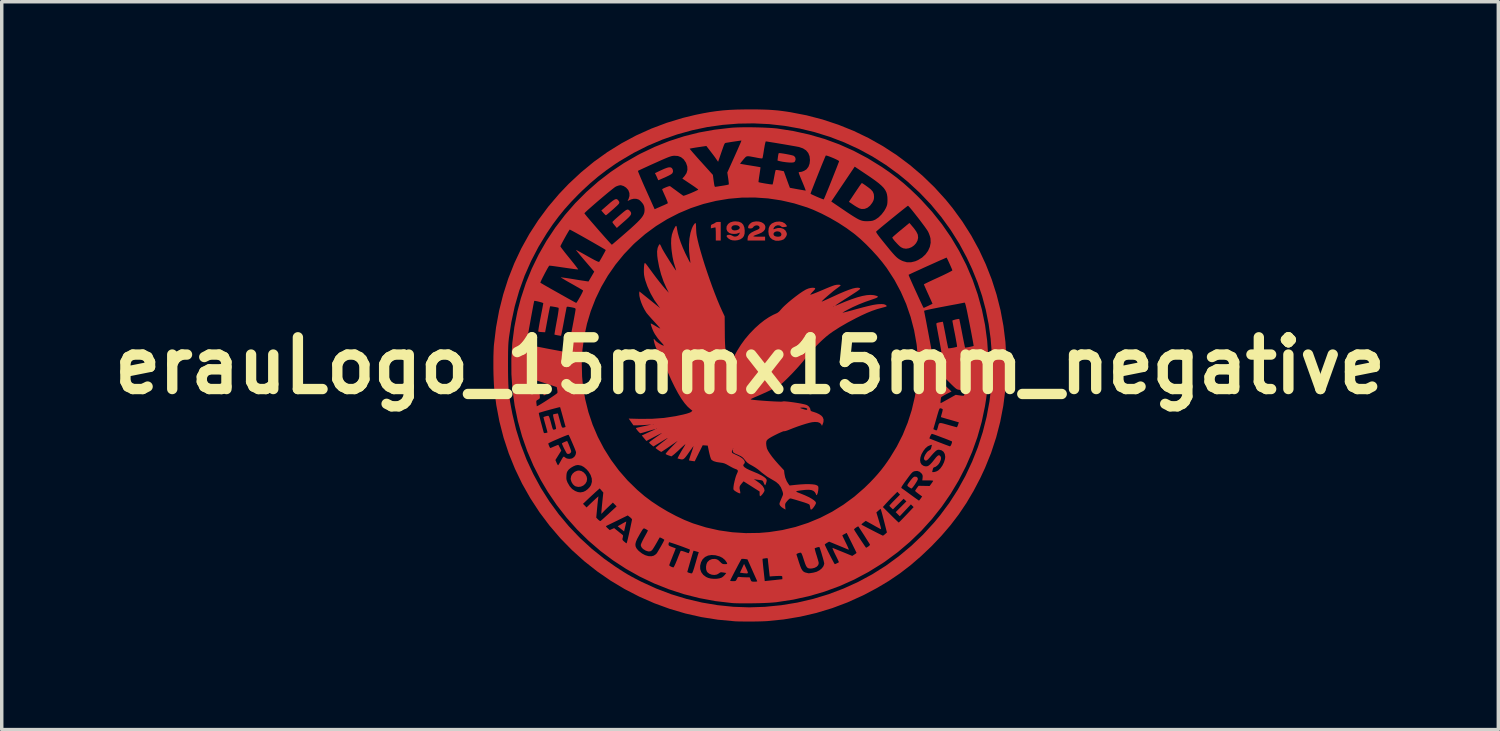
<source format=kicad_pcb>
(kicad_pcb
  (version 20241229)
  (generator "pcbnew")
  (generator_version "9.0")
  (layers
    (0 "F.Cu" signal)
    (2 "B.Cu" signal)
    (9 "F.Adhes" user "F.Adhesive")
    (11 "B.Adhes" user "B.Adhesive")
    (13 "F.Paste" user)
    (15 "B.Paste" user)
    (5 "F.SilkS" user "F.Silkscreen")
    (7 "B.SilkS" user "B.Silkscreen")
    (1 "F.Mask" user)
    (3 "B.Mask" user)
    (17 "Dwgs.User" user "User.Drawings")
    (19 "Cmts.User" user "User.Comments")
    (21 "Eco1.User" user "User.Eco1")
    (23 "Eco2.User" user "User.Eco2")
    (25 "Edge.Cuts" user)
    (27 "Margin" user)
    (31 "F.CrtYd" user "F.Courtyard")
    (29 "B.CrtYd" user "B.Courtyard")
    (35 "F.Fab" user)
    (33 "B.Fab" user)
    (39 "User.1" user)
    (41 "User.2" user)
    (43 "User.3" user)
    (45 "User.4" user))
  (footprint "erauLogo_15mmx15mm_negative"
    (layer "F.Cu")
    (at 18.693 7.55)
    (property "Reference" "erauLogo_15mmx15mm_negative" (at 0 0 0) (layer "F.SilkS") (effects (font (size 1.5 1.5) (thickness 0.3))))
    (attr board_only exclude_from_pos_files exclude_from_bom)
    (fp_poly (pts (xy -3.59 4.536) (xy -3.598 4.576) (xy -3.611 4.633) (xy -3.618 4.665) (xy -3.651 4.806) (xy -3.744 4.731) (xy -3.836 4.656) (xy -3.714 4.586) (xy -3.659 4.555) (xy -3.616 4.532) (xy -3.592 4.521) (xy -3.588 4.52)) (stroke (width 0) (type solid)) (fill yes) (layer "F.Cu"))
    (fp_poly (pts (xy -0.124 5.85) (xy -0.09 5.923) (xy -0.07 5.972) (xy -0.062 6.002) (xy -0.068 6.017) (xy -0.086 6.022) (xy -0.114 6.022) (xy -0.174 6.018) (xy -0.233 6.01) (xy -0.233 6.01) (xy -0.292 6.001) (xy -0.232 5.874) (xy -0.173 5.747)) (stroke (width 0) (type solid)) (fill yes) (layer "F.Cu"))
    (fp_poly (pts (xy -5.989 0.652) (xy -5.949 0.662) (xy -5.894 0.678) (xy -5.869 0.686) (xy -5.811 0.704) (xy -5.767 0.72) (xy -5.744 0.729) (xy -5.742 0.73) (xy -5.764 0.745) (xy -5.802 0.769) (xy -5.851 0.798) (xy -5.9 0.826) (xy -5.943 0.849) (xy -5.97 0.863) (xy -5.976 0.865) (xy -5.985 0.851) (xy -5.994 0.813) (xy -6.001 0.761) (xy -6.006 0.707) (xy -6.008 0.668) (xy -6.006 0.651)) (stroke (width 0) (type solid)) (fill yes) (layer "F.Cu"))
    (fp_poly (pts (xy -4.889 3.055) (xy -4.824 3.094) (xy -4.77 3.152) (xy -4.734 3.221) (xy -4.723 3.286) (xy -4.737 3.362) (xy -4.776 3.426) (xy -4.833 3.476) (xy -4.902 3.507) (xy -4.978 3.516) (xy -5.052 3.501) (xy -5.083 3.485) (xy -5.133 3.44) (xy -5.173 3.376) (xy -5.196 3.306) (xy -5.199 3.275) (xy -5.184 3.199) (xy -5.144 3.132) (xy -5.084 3.079) (xy -5.012 3.047) (xy -4.959 3.04)) (stroke (width 0) (type solid)) (fill yes) (layer "F.Cu"))
    (fp_poly (pts (xy -2.28 -5.738) (xy -2.264 -5.725) (xy -2.238 -5.68) (xy -2.232 -5.628) (xy -2.248 -5.583) (xy -2.256 -5.573) (xy -2.289 -5.547) (xy -2.345 -5.515) (xy -2.426 -5.476) (xy -2.534 -5.428) (xy -2.536 -5.427) (xy -2.661 -5.374) (xy -2.686 -5.433) (xy -2.708 -5.485) (xy -2.731 -5.532) (xy -2.733 -5.537) (xy -2.756 -5.581) (xy -2.584 -5.662) (xy -2.486 -5.706) (xy -2.41 -5.735) (xy -2.354 -5.749) (xy -2.312 -5.75)) (stroke (width 0) (type solid)) (fill yes) (layer "F.Cu"))
    (fp_poly (pts (xy -3.865 -4.827) (xy -3.84 -4.813) (xy -3.823 -4.796) (xy -3.793 -4.753) (xy -3.789 -4.72) (xy -3.806 -4.688) (xy -3.829 -4.664) (xy -3.867 -4.627) (xy -3.918 -4.58) (xy -3.974 -4.529) (xy -4.033 -4.478) (xy -4.087 -4.431) (xy -4.133 -4.392) (xy -4.165 -4.367) (xy -4.178 -4.359) (xy -4.195 -4.371) (xy -4.225 -4.4) (xy -4.251 -4.429) (xy -4.311 -4.497) (xy -4.128 -4.657) (xy -4.045 -4.729) (xy -3.98 -4.78) (xy -3.931 -4.812) (xy -3.894 -4.827)) (stroke (width 0) (type solid)) (fill yes) (layer "F.Cu"))
    (fp_poly (pts (xy -5.301 2.187) (xy -5.29 2.207) (xy -5.271 2.248) (xy -5.248 2.303) (xy -5.225 2.362) (xy -5.204 2.418) (xy -5.189 2.461) (xy -5.183 2.483) (xy -5.197 2.523) (xy -5.23 2.551) (xy -5.273 2.561) (xy -5.306 2.551) (xy -5.319 2.533) (xy -5.341 2.494) (xy -5.369 2.442) (xy -5.398 2.385) (xy -5.424 2.329) (xy -5.443 2.285) (xy -5.453 2.258) (xy -5.453 2.255) (xy -5.44 2.244) (xy -5.408 2.227) (xy -5.368 2.209) (xy -5.33 2.193) (xy -5.305 2.186)) (stroke (width 0) (type solid)) (fill yes) (layer "F.Cu"))
    (fp_poly (pts (xy -0.849 -3.897) (xy -0.849 -3.627) (xy -0.921 -3.627) (xy -0.992 -3.627) (xy -0.992 -3.818) (xy -0.993 -3.891) (xy -0.996 -3.952) (xy -0.999 -3.993) (xy -1.004 -4.008) (xy -1.004 -4.008) (xy -1.026 -4.005) (xy -1.065 -3.996) (xy -1.076 -3.994) (xy -1.135 -3.98) (xy -1.135 -4.033) (xy -1.131 -4.07) (xy -1.112 -4.091) (xy -1.081 -4.103) (xy -1.039 -4.122) (xy -1.009 -4.142) (xy -1.007 -4.144) (xy -0.978 -4.16) (xy -0.928 -4.167) (xy -0.919 -4.167) (xy -0.849 -4.167)) (stroke (width 0) (type solid)) (fill yes) (layer "F.Cu"))
    (fp_poly (pts (xy 4.826 3.223) (xy 4.858 3.252) (xy 4.866 3.289) (xy 4.857 3.315) (xy 4.835 3.357) (xy 4.803 3.408) (xy 4.768 3.461) (xy 4.732 3.509) (xy 4.702 3.545) (xy 4.682 3.562) (xy 4.679 3.563) (xy 4.66 3.554) (xy 4.625 3.533) (xy 4.608 3.521) (xy 4.58 3.502) (xy 4.565 3.485) (xy 4.562 3.465) (xy 4.575 3.437) (xy 4.603 3.395) (xy 4.648 3.334) (xy 4.654 3.326) (xy 4.7 3.269) (xy 4.736 3.235) (xy 4.766 3.219) (xy 4.776 3.218)) (stroke (width 0) (type solid)) (fill yes) (layer "F.Cu"))
    (fp_poly (pts (xy 4.673 -4.076) (xy 4.758 -3.975) (xy 4.82 -3.887) (xy 4.857 -3.813) (xy 4.865 -3.79) (xy 4.873 -3.705) (xy 4.854 -3.624) (xy 4.813 -3.549) (xy 4.755 -3.485) (xy 4.684 -3.435) (xy 4.605 -3.403) (xy 4.522 -3.39) (xy 4.441 -3.402) (xy 4.377 -3.433) (xy 4.34 -3.462) (xy 4.295 -3.505) (xy 4.247 -3.555) (xy 4.2 -3.606) (xy 4.161 -3.654) (xy 4.134 -3.691) (xy 4.124 -3.714) (xy 4.125 -3.715) (xy 4.138 -3.729) (xy 4.172 -3.761) (xy 4.223 -3.805) (xy 4.287 -3.86) (xy 4.361 -3.922) (xy 4.375 -3.933) (xy 4.62 -4.136)) (stroke (width 0) (type solid)) (fill yes) (layer "F.Cu"))
    (fp_poly (pts (xy -3.529 -4.522) (xy -3.506 -4.509) (xy -3.472 -4.475) (xy -3.452 -4.442) (xy -3.446 -4.413) (xy -3.452 -4.383) (xy -3.473 -4.348) (xy -3.512 -4.304) (xy -3.572 -4.247) (xy -3.635 -4.191) (xy -3.696 -4.138) (xy -3.752 -4.089) (xy -3.796 -4.05) (xy -3.82 -4.029) (xy -3.861 -3.991) (xy -3.928 -4.071) (xy -3.962 -4.114) (xy -3.984 -4.148) (xy -3.99 -4.165) (xy -3.975 -4.182) (xy -3.941 -4.215) (xy -3.893 -4.26) (xy -3.835 -4.311) (xy -3.774 -4.364) (xy -3.714 -4.415) (xy -3.66 -4.46) (xy -3.617 -4.493) (xy -3.591 -4.511) (xy -3.591 -4.511) (xy -3.556 -4.525)) (stroke (width 0) (type solid)) (fill yes) (layer "F.Cu"))
    (fp_poly (pts (xy 3.259 -5.285) (xy 3.295 -5.262) (xy 3.343 -5.229) (xy 3.396 -5.191) (xy 3.446 -5.154) (xy 3.487 -5.121) (xy 3.506 -5.105) (xy 3.559 -5.044) (xy 3.588 -4.975) (xy 3.596 -4.894) (xy 3.591 -4.833) (xy 3.575 -4.78) (xy 3.544 -4.723) (xy 3.479 -4.637) (xy 3.404 -4.577) (xy 3.323 -4.545) (xy 3.238 -4.541) (xy 3.181 -4.555) (xy 3.142 -4.574) (xy 3.086 -4.605) (xy 3.023 -4.644) (xy 2.995 -4.663) (xy 2.867 -4.749) (xy 3.049 -5.021) (xy 3.104 -5.103) (xy 3.153 -5.175) (xy 3.194 -5.234) (xy 3.224 -5.274) (xy 3.239 -5.293) (xy 3.241 -5.294)) (stroke (width 0) (type solid)) (fill yes) (layer "F.Cu"))
    (fp_poly (pts (xy 0.903 -6.157) (xy 0.965 -6.148) (xy 1.036 -6.136) (xy 1.11 -6.122) (xy 1.177 -6.108) (xy 1.233 -6.094) (xy 1.268 -6.082) (xy 1.274 -6.079) (xy 1.31 -6.038) (xy 1.322 -5.985) (xy 1.308 -5.931) (xy 1.308 -5.93) (xy 1.291 -5.907) (xy 1.268 -5.894) (xy 1.229 -5.889) (xy 1.19 -5.887) (xy 1.13 -5.889) (xy 1.053 -5.896) (xy 0.972 -5.907) (xy 0.945 -5.911) (xy 0.88 -5.924) (xy 0.83 -5.936) (xy 0.801 -5.945) (xy 0.796 -5.95) (xy 0.799 -5.971) (xy 0.805 -6.013) (xy 0.81 -6.057) (xy 0.818 -6.108) (xy 0.827 -6.146) (xy 0.834 -6.16) (xy 0.857 -6.162)) (stroke (width 0) (type solid)) (fill yes) (layer "F.Cu"))
    (fp_poly (pts (xy 0.258 -4.178) (xy 0.33 -4.158) (xy 0.389 -4.124) (xy 0.429 -4.078) (xy 0.446 -4.024) (xy 0.437 -3.964) (xy 0.429 -3.945) (xy 0.394 -3.899) (xy 0.34 -3.859) (xy 0.261 -3.822) (xy 0.203 -3.801) (xy 0.15 -3.782) (xy 0.111 -3.764) (xy 0.094 -3.753) (xy 0.105 -3.747) (xy 0.143 -3.742) (xy 0.204 -3.739) (xy 0.261 -3.739) (xy 0.437 -3.739) (xy 0.437 -3.683) (xy 0.437 -3.627) (xy 0.183 -3.627) (xy -0.071 -3.627) (xy -0.071 -3.676) (xy -0.061 -3.744) (xy -0.028 -3.802) (xy 0.031 -3.853) (xy 0.118 -3.899) (xy 0.153 -3.914) (xy 0.215 -3.94) (xy 0.252 -3.96) (xy 0.271 -3.978) (xy 0.278 -3.997) (xy 0.278 -4.003) (xy 0.265 -4.039) (xy 0.233 -4.061) (xy 0.189 -4.067) (xy 0.144 -4.057) (xy 0.104 -4.03) (xy 0.094 -4.016) (xy 0.067 -3.988) (xy 0.028 -3.977) (xy 0.006 -3.977) (xy -0.034 -3.979) (xy -0.052 -3.99) (xy -0.056 -4.015) (xy -0.056 -4.015) (xy -0.042 -4.062) (xy -0.006 -4.11) (xy 0.043 -4.149) (xy 0.084 -4.167) (xy 0.174 -4.182)) (stroke (width 0) (type solid)) (fill yes) (layer "F.Cu"))
    (fp_poly (pts (xy -0.326 -4.173) (xy -0.251 -4.142) (xy -0.198 -4.088) (xy -0.166 -4.011) (xy -0.154 -3.921) (xy -0.157 -3.828) (xy -0.177 -3.758) (xy -0.217 -3.705) (xy -0.278 -3.663) (xy -0.352 -3.638) (xy -0.435 -3.628) (xy -0.515 -3.634) (xy -0.571 -3.652) (xy -0.638 -3.695) (xy -0.674 -3.739) (xy -0.679 -3.754) (xy -0.672 -3.776) (xy -0.643 -3.789) (xy -0.602 -3.793) (xy -0.558 -3.786) (xy -0.52 -3.769) (xy -0.518 -3.768) (xy -0.464 -3.743) (xy -0.405 -3.743) (xy -0.352 -3.765) (xy -0.314 -3.807) (xy -0.311 -3.812) (xy -0.297 -3.847) (xy -0.3 -3.857) (xy -0.325 -3.847) (xy -0.337 -3.841) (xy -0.395 -3.823) (xy -0.467 -3.818) (xy -0.54 -3.825) (xy -0.598 -3.844) (xy -0.605 -3.848) (xy -0.658 -3.896) (xy -0.683 -3.958) (xy -0.681 -3.985) (xy -0.541 -3.985) (xy -0.523 -3.948) (xy -0.494 -3.928) (xy -0.445 -3.92) (xy -0.386 -3.927) (xy -0.335 -3.947) (xy -0.321 -3.957) (xy -0.297 -3.988) (xy -0.301 -4.017) (xy -0.32 -4.043) (xy -0.356 -4.063) (xy -0.408 -4.072) (xy -0.462 -4.069) (xy -0.499 -4.057) (xy -0.533 -4.024) (xy -0.541 -3.985) (xy -0.681 -3.985) (xy -0.679 -4.029) (xy -0.673 -4.046) (xy -0.636 -4.107) (xy -0.575 -4.152) (xy -0.493 -4.177) (xy -0.425 -4.183)) (stroke (width 0) (type solid)) (fill yes) (layer "F.Cu"))
    (fp_poly (pts (xy 0.938 -4.163) (xy 1.007 -4.125) (xy 1.032 -4.1) (xy 1.058 -4.067) (xy 1.071 -4.044) (xy 1.072 -4.041) (xy 1.057 -4.032) (xy 1.022 -4.022) (xy 1 -4.019) (xy 0.95 -4.015) (xy 0.918 -4.023) (xy 0.897 -4.04) (xy 0.851 -4.066) (xy 0.796 -4.069) (xy 0.743 -4.051) (xy 0.702 -4.014) (xy 0.692 -3.998) (xy 0.678 -3.965) (xy 0.681 -3.953) (xy 0.706 -3.96) (xy 0.73 -3.97) (xy 0.812 -3.991) (xy 0.893 -3.99) (xy 0.965 -3.967) (xy 1.021 -3.926) (xy 1.054 -3.871) (xy 1.067 -3.827) (xy 1.066 -3.793) (xy 1.05 -3.752) (xy 1.046 -3.746) (xy 1.015 -3.699) (xy 0.977 -3.663) (xy 0.968 -3.657) (xy 0.903 -3.633) (xy 0.825 -3.62) (xy 0.749 -3.622) (xy 0.727 -3.626) (xy 0.642 -3.661) (xy 0.581 -3.716) (xy 0.544 -3.792) (xy 0.542 -3.809) (xy 0.68 -3.809) (xy 0.697 -3.771) (xy 0.698 -3.77) (xy 0.733 -3.75) (xy 0.784 -3.739) (xy 0.837 -3.739) (xy 0.88 -3.75) (xy 0.896 -3.762) (xy 0.911 -3.801) (xy 0.9 -3.843) (xy 0.866 -3.875) (xy 0.86 -3.879) (xy 0.807 -3.893) (xy 0.757 -3.89) (xy 0.715 -3.872) (xy 0.687 -3.843) (xy 0.68 -3.809) (xy 0.542 -3.809) (xy 0.532 -3.887) (xy 0.542 -3.986) (xy 0.574 -4.063) (xy 0.63 -4.12) (xy 0.711 -4.158) (xy 0.759 -4.171) (xy 0.853 -4.178)) (stroke (width 0) (type solid)) (fill yes) (layer "F.Cu"))
    (fp_poly (pts (xy 0.209 -7.428) (xy 0.377 -7.424) (xy 0.527 -7.419) (xy 0.664 -7.41) (xy 0.796 -7.399) (xy 0.93 -7.383) (xy 1.071 -7.363) (xy 1.162 -7.349) (xy 1.639 -7.257) (xy 2.106 -7.135) (xy 2.562 -6.984) (xy 3.006 -6.805) (xy 3.436 -6.598) (xy 3.853 -6.363) (xy 4.253 -6.103) (xy 4.636 -5.816) (xy 5.002 -5.505) (xy 5.348 -5.17) (xy 5.674 -4.811) (xy 5.876 -4.563) (xy 6.157 -4.177) (xy 6.411 -3.776) (xy 6.637 -3.363) (xy 6.835 -2.937) (xy 7.006 -2.502) (xy 7.148 -2.058) (xy 7.262 -1.607) (xy 7.347 -1.15) (xy 7.404 -0.69) (xy 7.432 -0.226) (xy 7.431 0.239) (xy 7.401 0.703) (xy 7.342 1.166) (xy 7.254 1.625) (xy 7.136 2.08) (xy 6.989 2.528) (xy 6.811 2.969) (xy 6.677 3.256) (xy 6.481 3.631) (xy 6.274 3.981) (xy 6.052 4.311) (xy 5.811 4.627) (xy 5.548 4.934) (xy 5.258 5.238) (xy 5.256 5.24) (xy 4.955 5.526) (xy 4.654 5.786) (xy 4.345 6.023) (xy 4.024 6.241) (xy 3.684 6.444) (xy 3.32 6.638) (xy 3.271 6.662) (xy 2.832 6.861) (xy 2.383 7.03) (xy 1.924 7.169) (xy 1.454 7.278) (xy 0.973 7.358) (xy 0.508 7.405) (xy 0.417 7.41) (xy 0.303 7.414) (xy 0.172 7.417) (xy 0.034 7.418) (xy -0.106 7.418) (xy -0.238 7.417) (xy -0.354 7.415) (xy -0.448 7.411) (xy -0.452 7.41) (xy -0.933 7.365) (xy -1.407 7.29) (xy -1.873 7.185) (xy -2.33 7.05) (xy -2.777 6.887) (xy -3.211 6.696) (xy -3.633 6.478) (xy -4.04 6.234) (xy -4.431 5.964) (xy -4.805 5.669) (xy -5.16 5.35) (xy -5.495 5.008) (xy -5.808 4.642) (xy -5.811 4.639) (xy -6.104 4.249) (xy -6.369 3.843) (xy -6.606 3.424) (xy -6.814 2.991) (xy -6.994 2.546) (xy -7.144 2.089) (xy -7.265 1.62) (xy -7.356 1.141) (xy -7.414 0.683) (xy -7.424 0.557) (xy -7.431 0.408) (xy -7.437 0.245) (xy -7.44 0.073) (xy -7.44 -0.000001) (xy -7.016 -0.000001) (xy -7.015 0.201) (xy -7.012 0.376) (xy -7.007 0.53) (xy -6.999 0.671) (xy -6.987 0.804) (xy -6.972 0.934) (xy -6.952 1.067) (xy -6.926 1.21) (xy -6.895 1.369) (xy -6.89 1.397) (xy -6.782 1.85) (xy -6.644 2.293) (xy -6.478 2.725) (xy -6.283 3.143) (xy -6.063 3.548) (xy -5.816 3.937) (xy -5.544 4.309) (xy -5.248 4.662) (xy -4.929 4.996) (xy -4.588 5.309) (xy -4.226 5.599) (xy -3.905 5.825) (xy -3.769 5.914) (xy -3.65 5.99) (xy -3.541 6.056) (xy -3.433 6.117) (xy -3.319 6.178) (xy -3.189 6.245) (xy -3.135 6.272) (xy -2.716 6.463) (xy -2.284 6.627) (xy -1.842 6.762) (xy -1.392 6.868) (xy -0.938 6.944) (xy -0.481 6.991) (xy -0.024 7.007) (xy 0.429 6.992) (xy 0.907 6.945) (xy 1.376 6.868) (xy 1.834 6.761) (xy 2.282 6.625) (xy 2.716 6.46) (xy 3.138 6.268) (xy 3.545 6.048) (xy 3.937 5.801) (xy 4.312 5.527) (xy 4.671 5.228) (xy 5.012 4.903) (xy 5.333 4.553) (xy 5.51 4.34) (xy 5.78 3.976) (xy 6.025 3.594) (xy 6.245 3.196) (xy 6.439 2.783) (xy 6.607 2.359) (xy 6.747 1.925) (xy 6.859 1.483) (xy 6.942 1.036) (xy 6.996 0.585) (xy 7.019 0.133) (xy 7.012 -0.317) (xy 7.011 -0.344) (xy 6.975 -0.786) (xy 6.917 -1.209) (xy 6.835 -1.617) (xy 6.729 -2.016) (xy 6.597 -2.409) (xy 6.438 -2.801) (xy 6.286 -3.127) (xy 6.065 -3.539) (xy 5.816 -3.935) (xy 5.542 -4.313) (xy 5.244 -4.672) (xy 4.921 -5.011) (xy 4.576 -5.329) (xy 4.314 -5.544) (xy 3.938 -5.818) (xy 3.548 -6.064) (xy 3.145 -6.282) (xy 2.732 -6.472) (xy 2.309 -6.634) (xy 1.878 -6.768) (xy 1.441 -6.874) (xy 0.999 -6.952) (xy 0.553 -7.002) (xy 0.105 -7.023) (xy -0.343 -7.016) (xy -0.79 -6.98) (xy -1.236 -6.917) (xy -1.677 -6.824) (xy -2.112 -6.703) (xy -2.541 -6.553) (xy -2.962 -6.375) (xy -3.373 -6.168) (xy -3.773 -5.932) (xy -3.904 -5.847) (xy -4.163 -5.666) (xy -4.405 -5.48) (xy -4.638 -5.283) (xy -4.871 -5.067) (xy -4.978 -4.962) (xy -5.188 -4.745) (xy -5.377 -4.534) (xy -5.551 -4.32) (xy -5.717 -4.097) (xy -5.882 -3.854) (xy -5.887 -3.847) (xy -6.132 -3.445) (xy -6.347 -3.033) (xy -6.534 -2.609) (xy -6.691 -2.172) (xy -6.82 -1.723) (xy -6.92 -1.259) (xy -6.988 -0.818) (xy -6.996 -0.746) (xy -7.003 -0.673) (xy -7.008 -0.593) (xy -7.011 -0.503) (xy -7.014 -0.398) (xy -7.015 -0.273) (xy -7.016 -0.124) (xy -7.016 -0.000001) (xy -7.44 -0.000001) (xy -7.44 -0.1) (xy -7.439 -0.266) (xy -7.434 -0.419) (xy -7.428 -0.552) (xy -7.423 -0.611) (xy -7.363 -1.108) (xy -7.274 -1.593) (xy -7.155 -2.065) (xy -7.009 -2.523) (xy -6.833 -2.969) (xy -6.63 -3.4) (xy -6.398 -3.817) (xy -6.138 -4.219) (xy -5.851 -4.606) (xy -5.536 -4.977) (xy -5.256 -5.271) (xy -4.898 -5.604) (xy -4.524 -5.912) (xy -4.132 -6.193) (xy -3.724 -6.446) (xy -3.301 -6.673) (xy -2.863 -6.871) (xy -2.411 -7.041) (xy -1.947 -7.182) (xy -1.585 -7.27) (xy -1.37 -7.314) (xy -1.169 -7.35) (xy -0.976 -7.378) (xy -0.783 -7.4) (xy -0.584 -7.415) (xy -0.372 -7.424) (xy -0.14 -7.428) (xy 0.016 -7.429)) (stroke (width 0) (type solid)) (fill yes) (layer "F.Cu"))
    (fp_poly (pts (xy -1.572 -4.121) (xy -1.567 -4.082) (xy -1.564 -4.026) (xy -1.564 -4.003) (xy -1.561 -3.926) (xy -1.556 -3.846) (xy -1.547 -3.781) (xy -1.547 -3.777) (xy -1.519 -3.645) (xy -1.481 -3.489) (xy -1.432 -3.313) (xy -1.375 -3.121) (xy -1.312 -2.918) (xy -1.243 -2.71) (xy -1.17 -2.499) (xy -1.096 -2.292) (xy -1.02 -2.091) (xy -0.946 -1.903) (xy -0.874 -1.731) (xy -0.806 -1.58) (xy -0.806 -1.58) (xy -0.735 -1.429) (xy -0.731 -0.984) (xy -0.73 -0.836) (xy -0.727 -0.714) (xy -0.723 -0.613) (xy -0.717 -0.526) (xy -0.708 -0.448) (xy -0.695 -0.374) (xy -0.679 -0.297) (xy -0.659 -0.213) (xy -0.651 -0.183) (xy -0.633 -0.114) (xy -0.618 -0.069) (xy -0.603 -0.048) (xy -0.585 -0.053) (xy -0.562 -0.083) (xy -0.53 -0.14) (xy -0.486 -0.224) (xy -0.376 -0.427) (xy -0.264 -0.605) (xy -0.146 -0.768) (xy -0.016 -0.922) (xy 0.132 -1.075) (xy 0.156 -1.098) (xy 0.284 -1.213) (xy 0.416 -1.317) (xy 0.548 -1.405) (xy 0.671 -1.473) (xy 0.721 -1.495) (xy 0.791 -1.528) (xy 0.842 -1.566) (xy 0.885 -1.614) (xy 0.941 -1.677) (xy 0.979 -1.715) (xy 2.421 -1.715) (xy 2.429 -1.707) (xy 2.437 -1.715) (xy 2.429 -1.722) (xy 2.421 -1.715) (xy 0.979 -1.715) (xy 1.017 -1.751) (xy 1.11 -1.834) (xy 1.212 -1.919) (xy 1.318 -2.002) (xy 1.422 -2.08) (xy 1.519 -2.146) (xy 1.602 -2.196) (xy 1.624 -2.208) (xy 1.691 -2.236) (xy 1.761 -2.253) (xy 1.823 -2.259) (xy 1.87 -2.253) (xy 1.881 -2.248) (xy 1.89 -2.236) (xy 1.883 -2.217) (xy 1.859 -2.187) (xy 1.818 -2.144) (xy 1.78 -2.103) (xy 1.754 -2.072) (xy 1.746 -2.057) (xy 1.747 -2.056) (xy 1.775 -2.062) (xy 1.831 -2.082) (xy 1.913 -2.114) (xy 2.021 -2.159) (xy 2.152 -2.214) (xy 2.236 -2.25) (xy 2.318 -2.283) (xy 2.388 -2.31) (xy 2.44 -2.328) (xy 2.45 -2.331) (xy 2.505 -2.343) (xy 2.558 -2.347) (xy 2.601 -2.344) (xy 2.625 -2.333) (xy 2.627 -2.327) (xy 2.615 -2.314) (xy 2.583 -2.287) (xy 2.536 -2.252) (xy 2.512 -2.235) (xy 2.466 -2.201) (xy 2.41 -2.157) (xy 2.347 -2.104) (xy 2.281 -2.049) (xy 2.218 -1.994) (xy 2.161 -1.944) (xy 2.116 -1.901) (xy 2.086 -1.871) (xy 2.076 -1.856) (xy 2.076 -1.856) (xy 2.091 -1.861) (xy 2.131 -1.877) (xy 2.191 -1.904) (xy 2.268 -1.938) (xy 2.356 -1.979) (xy 2.398 -1.998) (xy 2.581 -2.082) (xy 2.738 -2.149) (xy 2.87 -2.2) (xy 2.979 -2.236) (xy 3.065 -2.255) (xy 3.13 -2.26) (xy 3.175 -2.251) (xy 3.186 -2.244) (xy 3.192 -2.236) (xy 3.19 -2.225) (xy 3.176 -2.209) (xy 3.148 -2.187) (xy 3.104 -2.155) (xy 3.04 -2.113) (xy 2.954 -2.057) (xy 2.861 -1.997) (xy 2.739 -1.919) (xy 2.643 -1.857) (xy 2.57 -1.81) (xy 2.519 -1.775) (xy 2.488 -1.753) (xy 2.475 -1.741) (xy 2.479 -1.739) (xy 2.499 -1.746) (xy 2.532 -1.76) (xy 2.54 -1.763) (xy 2.754 -1.853) (xy 2.944 -1.925) (xy 3.11 -1.981) (xy 3.256 -2.02) (xy 3.382 -2.043) (xy 3.491 -2.051) (xy 3.584 -2.044) (xy 3.601 -2.041) (xy 3.664 -2.025) (xy 3.7 -2.01) (xy 3.707 -1.994) (xy 3.686 -1.975) (xy 3.636 -1.952) (xy 3.555 -1.924) (xy 3.545 -1.92) (xy 3.337 -1.848) (xy 3.153 -1.775) (xy 2.983 -1.699) (xy 2.862 -1.638) (xy 2.794 -1.602) (xy 2.738 -1.571) (xy 2.699 -1.548) (xy 2.682 -1.536) (xy 2.682 -1.535) (xy 2.698 -1.538) (xy 2.74 -1.547) (xy 2.804 -1.563) (xy 2.883 -1.584) (xy 2.974 -1.608) (xy 2.983 -1.611) (xy 3.144 -1.655) (xy 3.279 -1.691) (xy 3.39 -1.719) (xy 3.482 -1.741) (xy 3.557 -1.758) (xy 3.621 -1.769) (xy 3.676 -1.777) (xy 3.725 -1.782) (xy 3.813 -1.785) (xy 3.876 -1.781) (xy 3.92 -1.767) (xy 3.953 -1.743) (xy 3.963 -1.731) (xy 3.961 -1.721) (xy 3.943 -1.711) (xy 3.905 -1.699) (xy 3.841 -1.682) (xy 3.816 -1.675) (xy 3.676 -1.636) (xy 3.534 -1.587) (xy 3.384 -1.526) (xy 3.221 -1.451) (xy 3.072 -1.377) (xy 2.823 -1.245) (xy 2.599 -1.115) (xy 2.403 -0.989) (xy 2.302 -0.917) (xy 2.21 -0.844) (xy 2.105 -0.751) (xy 1.995 -0.646) (xy 1.886 -0.535) (xy 1.783 -0.425) (xy 1.694 -0.321) (xy 1.66 -0.278) (xy 1.535 -0.121) (xy 1.391 0.045) (xy 1.238 0.211) (xy 1.082 0.369) (xy 1.046 0.404) (xy 0.978 0.469) (xy 0.923 0.518) (xy 0.875 0.557) (xy 0.826 0.59) (xy 0.769 0.623) (xy 0.697 0.66) (xy 0.622 0.696) (xy 0.524 0.744) (xy 0.417 0.793) (xy 0.313 0.84) (xy 0.223 0.879) (xy 0.196 0.89) (xy 0.126 0.92) (xy 0.07 0.946) (xy 0.031 0.966) (xy 0.016 0.977) (xy 0.016 0.977) (xy 0.035 0.983) (xy 0.08 0.99) (xy 0.146 0.997) (xy 0.23 1.005) (xy 0.326 1.013) (xy 0.43 1.021) (xy 0.535 1.028) (xy 0.638 1.034) (xy 0.734 1.039) (xy 0.817 1.042) (xy 0.883 1.044) (xy 0.928 1.043) (xy 0.945 1.039) (xy 0.965 1.035) (xy 1.011 1.035) (xy 1.076 1.041) (xy 1.157 1.05) (xy 1.246 1.062) (xy 1.339 1.076) (xy 1.429 1.091) (xy 1.512 1.107) (xy 1.581 1.122) (xy 1.632 1.137) (xy 1.65 1.143) (xy 1.703 1.182) (xy 1.741 1.235) (xy 1.754 1.29) (xy 1.763 1.31) (xy 1.792 1.327) (xy 1.838 1.34) (xy 1.924 1.369) (xy 2.003 1.406) (xy 2.067 1.449) (xy 2.106 1.492) (xy 2.132 1.558) (xy 2.129 1.631) (xy 2.111 1.687) (xy 2.086 1.746) (xy 2.067 1.706) (xy 2.028 1.663) (xy 1.965 1.638) (xy 1.881 1.632) (xy 1.798 1.64) (xy 1.718 1.658) (xy 1.616 1.686) (xy 1.499 1.723) (xy 1.373 1.766) (xy 1.247 1.813) (xy 1.152 1.851) (xy 1.089 1.876) (xy 1.037 1.893) (xy 1.003 1.901) (xy 0.993 1.9) (xy 0.976 1.901) (xy 0.937 1.914) (xy 0.881 1.938) (xy 0.815 1.968) (xy 0.744 2.003) (xy 0.673 2.039) (xy 0.609 2.074) (xy 0.557 2.106) (xy 0.522 2.13) (xy 0.518 2.133) (xy 0.487 2.167) (xy 0.472 2.202) (xy 0.468 2.252) (xy 0.468 2.259) (xy 0.474 2.323) (xy 0.487 2.388) (xy 0.492 2.405) (xy 0.523 2.47) (xy 0.575 2.552) (xy 0.644 2.647) (xy 0.729 2.751) (xy 0.827 2.862) (xy 0.839 2.875) (xy 0.987 3.035) (xy 0.998 3.137) (xy 1.021 3.245) (xy 1.065 3.353) (xy 1.118 3.436) (xy 1.148 3.475) (xy 1.328 3.455) (xy 1.465 3.443) (xy 1.593 3.436) (xy 1.709 3.435) (xy 1.806 3.44) (xy 1.882 3.45) (xy 1.926 3.464) (xy 1.962 3.484) (xy 1.978 3.505) (xy 1.982 3.539) (xy 1.982 3.567) (xy 1.976 3.626) (xy 1.965 3.683) (xy 1.95 3.727) (xy 1.934 3.752) (xy 1.928 3.754) (xy 1.914 3.742) (xy 1.913 3.732) (xy 1.903 3.706) (xy 1.88 3.67) (xy 1.873 3.661) (xy 1.833 3.628) (xy 1.778 3.607) (xy 1.706 3.598) (xy 1.61 3.601) (xy 1.532 3.609) (xy 1.44 3.621) (xy 1.378 3.631) (xy 1.345 3.64) (xy 1.34 3.651) (xy 1.362 3.666) (xy 1.409 3.686) (xy 1.467 3.708) (xy 1.59 3.758) (xy 1.698 3.808) (xy 1.788 3.858) (xy 1.855 3.904) (xy 1.898 3.945) (xy 1.913 3.98) (xy 1.913 3.98) (xy 1.903 4.011) (xy 1.879 4.055) (xy 1.848 4.102) (xy 1.815 4.142) (xy 1.788 4.166) (xy 1.788 4.166) (xy 1.766 4.174) (xy 1.755 4.163) (xy 1.746 4.128) (xy 1.746 4.124) (xy 1.737 4.077) (xy 1.729 4.041) (xy 1.728 4.037) (xy 1.711 4.02) (xy 1.666 3.999) (xy 1.592 3.972) (xy 1.535 3.954) (xy 1.422 3.92) (xy 1.335 3.893) (xy 1.271 3.875) (xy 1.226 3.862) (xy 1.195 3.854) (xy 1.175 3.851) (xy 1.164 3.85) (xy 1.142 3.861) (xy 1.108 3.891) (xy 1.076 3.926) (xy 1.041 3.969) (xy 1.023 4.002) (xy 1.017 4.035) (xy 1.02 4.082) (xy 1.02 4.087) (xy 1.029 4.173) (xy 0.959 4.132) (xy 0.913 4.1) (xy 0.877 4.063) (xy 0.867 4.048) (xy 0.858 4.029) (xy 0.854 4.011) (xy 0.856 3.99) (xy 0.866 3.958) (xy 0.885 3.911) (xy 0.914 3.843) (xy 0.93 3.806) (xy 0.95 3.758) (xy 0.958 3.724) (xy 0.954 3.689) (xy 0.94 3.64) (xy 0.939 3.637) (xy 0.895 3.528) (xy 0.836 3.443) (xy 0.756 3.373) (xy 0.691 3.333) (xy 0.495 3.217) (xy 0.329 3.091) (xy 0.286 3.053) (xy 0.228 3.006) (xy 0.154 2.954) (xy 0.078 2.908) (xy 0.058 2.897) (xy -0.016 2.856) (xy -0.071 2.817) (xy -0.115 2.775) (xy -0.15 2.732) (xy -0.189 2.685) (xy -0.226 2.651) (xy -0.269 2.623) (xy -0.329 2.594) (xy -0.357 2.581) (xy -0.421 2.554) (xy -0.461 2.533) (xy -0.484 2.515) (xy -0.495 2.494) (xy -0.501 2.468) (xy -0.507 2.433) (xy -0.511 2.427) (xy -0.518 2.448) (xy -0.52 2.455) (xy -0.526 2.495) (xy -0.523 2.52) (xy -0.506 2.536) (xy -0.465 2.558) (xy -0.41 2.584) (xy -0.384 2.595) (xy -0.296 2.638) (xy -0.226 2.685) (xy -0.178 2.733) (xy -0.153 2.779) (xy -0.153 2.821) (xy -0.175 2.85) (xy -0.196 2.879) (xy -0.19 2.911) (xy -0.157 2.947) (xy -0.096 2.987) (xy -0.005 3.031) (xy 0.112 3.08) (xy 0.233 3.131) (xy 0.332 3.181) (xy 0.409 3.229) (xy 0.46 3.273) (xy 0.483 3.312) (xy 0.484 3.321) (xy 0.48 3.355) (xy 0.469 3.397) (xy 0.455 3.437) (xy 0.442 3.464) (xy 0.436 3.469) (xy 0.425 3.455) (xy 0.407 3.421) (xy 0.398 3.398) (xy 0.379 3.355) (xy 0.359 3.332) (xy 0.325 3.322) (xy 0.297 3.318) (xy 0.237 3.31) (xy 0.18 3.302) (xy 0.167 3.3) (xy 0.111 3.292) (xy 0.183 3.338) (xy 0.289 3.415) (xy 0.365 3.488) (xy 0.408 3.559) (xy 0.421 3.619) (xy 0.411 3.649) (xy 0.387 3.69) (xy 0.355 3.733) (xy 0.323 3.767) (xy 0.296 3.785) (xy 0.292 3.786) (xy 0.283 3.772) (xy 0.278 3.736) (xy 0.278 3.717) (xy 0.278 3.649) (xy 0.045 3.501) (xy -0.187 3.354) (xy -0.24 3.415) (xy -0.281 3.467) (xy -0.301 3.509) (xy -0.304 3.553) (xy -0.294 3.611) (xy -0.293 3.613) (xy -0.284 3.66) (xy -0.281 3.693) (xy -0.283 3.702) (xy -0.303 3.702) (xy -0.34 3.688) (xy -0.385 3.665) (xy -0.429 3.638) (xy -0.463 3.612) (xy -0.478 3.594) (xy -0.482 3.561) (xy -0.478 3.505) (xy -0.467 3.434) (xy -0.45 3.356) (xy -0.43 3.276) (xy -0.409 3.204) (xy -0.386 3.146) (xy -0.379 3.131) (xy -0.355 3.076) (xy -0.354 3.04) (xy -0.378 3.014) (xy -0.431 2.992) (xy -0.434 2.991) (xy -0.474 2.975) (xy -0.531 2.946) (xy -0.595 2.911) (xy -0.619 2.897) (xy -0.689 2.858) (xy -0.746 2.833) (xy -0.799 2.819) (xy -0.85 2.812) (xy -0.966 2.795) (xy -1.052 2.77) (xy -1.108 2.737) (xy -1.122 2.722) (xy -1.137 2.691) (xy -1.155 2.637) (xy -1.173 2.567) (xy -1.189 2.5) (xy -1.21 2.397) (xy -0.5 2.397) (xy -0.492 2.405) (xy -0.484 2.397) (xy -0.492 2.389) (xy -0.5 2.397) (xy -1.21 2.397) (xy -1.226 2.318) (xy -1.299 2.313) (xy -1.372 2.308) (xy -1.488 2.54) (xy -1.603 2.773) (xy -1.682 2.763) (xy -1.729 2.755) (xy -1.761 2.749) (xy -1.768 2.746) (xy -1.766 2.729) (xy -1.754 2.688) (xy -1.735 2.629) (xy -1.711 2.556) (xy -1.701 2.529) (xy -1.676 2.456) (xy -1.656 2.395) (xy -1.644 2.354) (xy -1.64 2.335) (xy -1.641 2.335) (xy -1.655 2.353) (xy -1.683 2.392) (xy -1.72 2.444) (xy -1.754 2.492) (xy -1.814 2.578) (xy -1.861 2.641) (xy -1.898 2.683) (xy -1.93 2.708) (xy -1.96 2.718) (xy -1.993 2.718) (xy -2.033 2.709) (xy -2.044 2.706) (xy -2.103 2.689) (xy -2.062 2.608) (xy -2.033 2.555) (xy -1.995 2.488) (xy -1.954 2.419) (xy -1.943 2.402) (xy -1.91 2.348) (xy -1.886 2.306) (xy -1.875 2.282) (xy -1.875 2.278) (xy -1.89 2.288) (xy -1.922 2.317) (xy -1.968 2.358) (xy -2.023 2.409) (xy -2.026 2.412) (xy -2.086 2.469) (xy -2.144 2.521) (xy -2.192 2.564) (xy -2.222 2.588) (xy -2.277 2.63) (xy -2.357 2.604) (xy -2.404 2.586) (xy -2.437 2.569) (xy -2.447 2.561) (xy -2.439 2.545) (xy -2.413 2.51) (xy -2.371 2.462) (xy -2.317 2.404) (xy -2.276 2.362) (xy -2.096 2.18) (xy -2.328 2.34) (xy -2.404 2.392) (xy -2.471 2.436) (xy -2.524 2.471) (xy -2.559 2.494) (xy -2.571 2.5) (xy -2.591 2.492) (xy -2.626 2.471) (xy -2.667 2.444) (xy -2.705 2.416) (xy -2.732 2.395) (xy -2.738 2.386) (xy -2.727 2.372) (xy -2.695 2.344) (xy -2.647 2.305) (xy -2.598 2.266) (xy -2.507 2.196) (xy -2.442 2.145) (xy -2.401 2.112) (xy -2.385 2.097) (xy -2.395 2.1) (xy -2.429 2.119) (xy -2.489 2.154) (xy -2.573 2.206) (xy -2.599 2.221) (xy -2.801 2.344) (xy -2.865 2.292) (xy -2.901 2.26) (xy -2.922 2.234) (xy -2.924 2.225) (xy -2.91 2.21) (xy -2.874 2.182) (xy -2.822 2.144) (xy -2.758 2.099) (xy -2.74 2.086) (xy -2.674 2.04) (xy -2.617 2) (xy -2.575 1.97) (xy -2.552 1.954) (xy -2.55 1.952) (xy -2.56 1.955) (xy -2.594 1.971) (xy -2.646 1.997) (xy -2.714 2.032) (xy -2.772 2.062) (xy -3.005 2.184) (xy -3.071 2.104) (xy -3.138 2.025) (xy -2.998 1.96) (xy -2.929 1.928) (xy -2.864 1.899) (xy -2.813 1.877) (xy -2.797 1.87) (xy -2.755 1.851) (xy -2.741 1.842) (xy -2.756 1.843) (xy -2.797 1.852) (xy -2.863 1.87) (xy -2.953 1.897) (xy -2.954 1.897) (xy -3.031 1.92) (xy -3.097 1.94) (xy -3.148 1.953) (xy -3.175 1.96) (xy -3.178 1.96) (xy -3.196 1.95) (xy -3.225 1.923) (xy -3.257 1.887) (xy -3.285 1.851) (xy -3.302 1.826) (xy -2.723 1.826) (xy -2.715 1.834) (xy -2.707 1.826) (xy -2.715 1.818) (xy -2.723 1.826) (xy -3.302 1.826) (xy -3.304 1.822) (xy -3.307 1.809) (xy -3.289 1.803) (xy -3.246 1.792) (xy -3.184 1.778) (xy -3.108 1.761) (xy -3.078 1.755) (xy -2.858 1.708) (xy -3.032 1.719) (xy -3.114 1.724) (xy -3.195 1.727) (xy -3.262 1.73) (xy -3.293 1.73) (xy -3.38 1.73) (xy -3.402 1.699) (xy -2.818 1.699) (xy -2.81 1.707) (xy -2.802 1.699) (xy -2.81 1.691) (xy -2.818 1.699) (xy -3.402 1.699) (xy -3.448 1.633) (xy -3.517 1.535) (xy -3.203 1.543) (xy -2.842 1.541) (xy -2.496 1.516) (xy -2.16 1.465) (xy -1.939 1.418) (xy -1.834 1.391) (xy -1.758 1.366) (xy -1.712 1.345) (xy -1.703 1.338) (xy -1.671 1.306) (xy -1.724 1.265) (xy -1.772 1.222) (xy 1.455 1.222) (xy 1.455 1.228) (xy 1.48 1.239) (xy 1.532 1.256) (xy 1.594 1.275) (xy 1.633 1.282) (xy 1.652 1.277) (xy 1.659 1.26) (xy 1.659 1.254) (xy 1.645 1.239) (xy 1.608 1.226) (xy 1.557 1.217) (xy 1.503 1.216) (xy 1.475 1.218) (xy 1.455 1.222) (xy -1.772 1.222) (xy -1.811 1.187) (xy -1.899 1.085) (xy -1.99 0.958) (xy -2.084 0.804) (xy -2.182 0.621) (xy -2.23 0.524) (xy -2.284 0.412) (xy -2.341 0.286) (xy -2.398 0.158) (xy -2.448 0.039) (xy -2.475 -0.028) (xy -2.513 -0.121) (xy -2.551 -0.208) (xy -2.587 -0.284) (xy -2.617 -0.342) (xy -2.634 -0.37) (xy -2.671 -0.426) (xy -2.707 -0.485) (xy -2.721 -0.511) (xy -2.74 -0.557) (xy -2.759 -0.613) (xy -2.776 -0.672) (xy -2.788 -0.725) (xy -2.793 -0.763) (xy -2.79 -0.776) (xy -2.777 -0.77) (xy -2.755 -0.744) (xy -2.748 -0.735) (xy -2.719 -0.704) (xy -2.672 -0.668) (xy -2.618 -0.632) (xy -2.564 -0.602) (xy -2.519 -0.583) (xy -2.502 -0.58) (xy -2.502 -0.59) (xy -2.521 -0.617) (xy -2.555 -0.656) (xy -2.571 -0.673) (xy -2.673 -0.789) (xy -2.754 -0.907) (xy -2.793 -0.976) (xy -2.816 -1.026) (xy -2.839 -1.083) (xy -2.859 -1.139) (xy -2.873 -1.186) (xy -2.879 -1.217) (xy -2.878 -1.223) (xy -2.863 -1.218) (xy -2.827 -1.2) (xy -2.776 -1.171) (xy -2.74 -1.15) (xy -2.683 -1.116) (xy -2.637 -1.091) (xy -2.608 -1.077) (xy -2.602 -1.076) (xy -2.61 -1.089) (xy -2.637 -1.121) (xy -2.679 -1.168) (xy -2.732 -1.227) (xy -2.78 -1.279) (xy -2.845 -1.349) (xy -2.905 -1.417) (xy -2.956 -1.476) (xy -2.994 -1.521) (xy -3.008 -1.54) (xy -3.062 -1.629) (xy -3.112 -1.728) (xy -3.155 -1.832) (xy -3.187 -1.932) (xy -3.207 -2.021) (xy -3.212 -2.092) (xy -3.212 -2.096) (xy -3.207 -2.152) (xy -2.977 -1.967) (xy -2.898 -1.903) (xy -2.822 -1.842) (xy -2.756 -1.789) (xy -2.704 -1.747) (xy -2.675 -1.724) (xy -2.604 -1.667) (xy -2.647 -1.722) (xy -2.773 -1.9) (xy -2.884 -2.096) (xy -2.976 -2.3) (xy -3.035 -2.469) (xy -3.058 -2.558) (xy -3.072 -2.634) (xy -3.077 -2.714) (xy -3.077 -2.77) (xy -3.075 -2.841) (xy -3.07 -2.902) (xy -3.064 -2.946) (xy -3.061 -2.958) (xy -3.054 -2.971) (xy -3.044 -2.973) (xy -3.029 -2.963) (xy -3.005 -2.935) (xy -2.969 -2.888) (xy -2.919 -2.819) (xy -2.91 -2.807) (xy -2.808 -2.668) (xy -2.709 -2.536) (xy -2.614 -2.415) (xy -2.53 -2.311) (xy -2.458 -2.226) (xy -2.439 -2.206) (xy -2.354 -2.113) (xy -2.426 -2.256) (xy -2.508 -2.442) (xy -2.579 -2.649) (xy -2.636 -2.867) (xy -2.677 -3.086) (xy -2.689 -3.181) (xy -2.694 -3.31) (xy -2.678 -3.415) (xy -2.642 -3.496) (xy -2.64 -3.499) (xy -2.627 -3.516) (xy -2.616 -3.519) (xy -2.603 -3.507) (xy -2.585 -3.473) (xy -2.558 -3.415) (xy -2.557 -3.412) (xy -2.537 -3.373) (xy -2.505 -3.317) (xy -2.464 -3.248) (xy -2.417 -3.171) (xy -2.366 -3.09) (xy -2.315 -3.008) (xy -2.265 -2.932) (xy -2.221 -2.864) (xy -2.184 -2.809) (xy -2.157 -2.773) (xy -2.143 -2.758) (xy -2.142 -2.758) (xy -2.145 -2.774) (xy -2.156 -2.812) (xy -2.173 -2.865) (xy -2.176 -2.876) (xy -2.217 -3.012) (xy -2.247 -3.155) (xy -2.27 -3.314) (xy -2.279 -3.393) (xy -2.288 -3.548) (xy -2.284 -3.681) (xy -2.265 -3.798) (xy -2.23 -3.905) (xy -2.206 -3.957) (xy -2.174 -4.018) (xy -2.152 -4.049) (xy -2.136 -4.051) (xy -2.125 -4.022) (xy -2.115 -3.963) (xy -2.113 -3.947) (xy -2.092 -3.839) (xy -2.056 -3.71) (xy -2.007 -3.567) (xy -1.947 -3.416) (xy -1.879 -3.263) (xy -1.864 -3.233) (xy -1.823 -3.151) (xy -1.787 -3.08) (xy -1.758 -3.025) (xy -1.739 -2.99) (xy -1.731 -2.979) (xy -1.73 -2.996) (xy -1.734 -3.038) (xy -1.742 -3.096) (xy -1.747 -3.136) (xy -1.767 -3.324) (xy -1.769 -3.51) (xy -1.756 -3.687) (xy -1.726 -3.849) (xy -1.691 -3.963) (xy -1.663 -4.03) (xy -1.631 -4.085) (xy -1.602 -4.122) (xy -1.578 -4.135)) (stroke (width 0) (type solid)) (fill yes) (layer "F.Cu"))
    (fp_poly (pts (xy 0.048 -6.91) (xy 0.213 -6.907) (xy 0.374 -6.902) (xy 0.524 -6.895) (xy 0.658 -6.887) (xy 0.768 -6.877) (xy 0.786 -6.875) (xy 1.258 -6.801) (xy 1.715 -6.7) (xy 2.158 -6.572) (xy 2.586 -6.415) (xy 3.003 -6.229) (xy 3.408 -6.015) (xy 3.803 -5.771) (xy 3.818 -5.762) (xy 4.044 -5.606) (xy 4.253 -5.45) (xy 4.451 -5.289) (xy 4.645 -5.116) (xy 4.844 -4.926) (xy 4.965 -4.804) (xy 5.279 -4.459) (xy 5.567 -4.097) (xy 5.829 -3.718) (xy 6.063 -3.324) (xy 6.271 -2.917) (xy 6.45 -2.497) (xy 6.6 -2.066) (xy 6.722 -1.625) (xy 6.814 -1.175) (xy 6.875 -0.719) (xy 6.907 -0.256) (xy 6.909 0.151) (xy 6.901 0.374) (xy 6.888 0.577) (xy 6.87 0.771) (xy 6.845 0.965) (xy 6.812 1.171) (xy 6.81 1.183) (xy 6.716 1.631) (xy 6.592 2.071) (xy 6.439 2.501) (xy 6.258 2.919) (xy 6.05 3.325) (xy 5.816 3.716) (xy 5.557 4.091) (xy 5.273 4.449) (xy 4.966 4.788) (xy 4.636 5.107) (xy 4.285 5.405) (xy 3.914 5.679) (xy 3.834 5.733) (xy 3.433 5.982) (xy 3.021 6.201) (xy 2.596 6.391) (xy 2.16 6.551) (xy 1.711 6.682) (xy 1.25 6.784) (xy 0.776 6.856) (xy 0.754 6.859) (xy 0.664 6.867) (xy 0.549 6.875) (xy 0.416 6.881) (xy 0.269 6.886) (xy 0.116 6.889) (xy -0.037 6.891) (xy -0.184 6.891) (xy -0.318 6.89) (xy -0.434 6.887) (xy -0.525 6.882) (xy -0.532 6.881) (xy -1.003 6.826) (xy -1.464 6.74) (xy -1.915 6.626) (xy -2.354 6.483) (xy -2.781 6.313) (xy -2.947 6.234) (xy -0.577 6.234) (xy -0.566 6.241) (xy -0.531 6.246) (xy -0.496 6.247) (xy -0.446 6.246) (xy -0.417 6.239) (xy -0.399 6.219) (xy -0.38 6.182) (xy -0.38 6.182) (xy -0.36 6.142) (xy -0.342 6.125) (xy -0.314 6.123) (xy -0.295 6.126) (xy -0.249 6.131) (xy -0.186 6.134) (xy -0.125 6.136) (xy -0.011 6.136) (xy 0.014 6.199) (xy 0.03 6.235) (xy 0.046 6.254) (xy 0.074 6.261) (xy 0.123 6.263) (xy 0.128 6.263) (xy 0.175 6.261) (xy 0.204 6.256) (xy 0.21 6.251) (xy 0.202 6.233) (xy 0.183 6.191) (xy 0.155 6.129) (xy 0.12 6.051) (xy 0.08 5.962) (xy 0.065 5.927) (xy -0.074 5.616) (xy -0.153 5.605) (xy -0.198 5.601) (xy 0.363 5.601) (xy 0.363 5.618) (xy 0.366 5.661) (xy 0.372 5.726) (xy 0.38 5.809) (xy 0.39 5.904) (xy 0.393 5.926) (xy 0.427 6.246) (xy 0.507 6.237) (xy 0.557 6.232) (xy 0.628 6.224) (xy 0.709 6.216) (xy 0.762 6.21) (xy 0.937 6.191) (xy 0.937 6.144) (xy 0.935 6.116) (xy 0.926 6.102) (xy 0.9 6.097) (xy 0.851 6.096) (xy 0.849 6.096) (xy 0.781 6.098) (xy 0.704 6.102) (xy 0.667 6.104) (xy 0.571 6.112) (xy 0.545 5.882) (xy 0.536 5.797) (xy 0.527 5.72) (xy 0.521 5.659) (xy 0.518 5.621) (xy 0.517 5.614) (xy 0.514 5.591) (xy 0.501 5.582) (xy 0.47 5.582) (xy 0.442 5.586) (xy 0.397 5.593) (xy 0.368 5.599) (xy 0.363 5.601) (xy -0.198 5.601) (xy -0.201 5.601) (xy -0.237 5.601) (xy -0.246 5.604) (xy -0.256 5.619) (xy -0.278 5.658) (xy -0.309 5.715) (xy -0.347 5.785) (xy -0.388 5.864) (xy -0.432 5.947) (xy -0.474 6.028) (xy -0.512 6.102) (xy -0.544 6.166) (xy -0.567 6.213) (xy -0.577 6.234) (xy -2.947 6.234) (xy -3.194 6.116) (xy -3.436 5.98) (xy -1.818 5.98) (xy -1.804 5.992) (xy -1.771 6.005) (xy -1.729 6.017) (xy -1.691 6.023) (xy -1.69 6.023) (xy -1.678 6.014) (xy -1.662 5.985) (xy -1.643 5.932) (xy -1.617 5.853) (xy -1.602 5.8) (xy -1.446 5.8) (xy -1.444 5.898) (xy -1.413 5.988) (xy -1.356 6.065) (xy -1.275 6.125) (xy -1.212 6.154) (xy -1.136 6.172) (xy -1.048 6.18) (xy -0.959 6.178) (xy -0.88 6.165) (xy -0.819 6.143) (xy -0.818 6.143) (xy -0.772 6.108) (xy -0.73 6.065) (xy -0.727 6.062) (xy -0.689 6.011) (xy -0.773 5.997) (xy -0.824 5.99) (xy -0.856 5.992) (xy -0.882 6.006) (xy -0.9 6.021) (xy -0.959 6.055) (xy -1.03 6.068) (xy -1.106 6.061) (xy -1.176 6.035) (xy -1.232 5.993) (xy -1.255 5.96) (xy -1.273 5.899) (xy -1.275 5.825) (xy -1.262 5.753) (xy -1.236 5.695) (xy -1.236 5.694) (xy -1.176 5.638) (xy -1.101 5.607) (xy -1.016 5.603) (xy -1.011 5.604) (xy -0.96 5.616) (xy -0.918 5.64) (xy -0.871 5.683) (xy -0.869 5.685) (xy -0.828 5.725) (xy -0.796 5.746) (xy -0.761 5.754) (xy -0.731 5.755) (xy -0.684 5.753) (xy -0.663 5.746) (xy -0.664 5.728) (xy -0.677 5.702) (xy -0.727 5.633) (xy -0.798 5.573) (xy -0.877 5.532) (xy -1.002 5.497) (xy -1.117 5.489) (xy -1.218 5.506) (xy -1.304 5.547) (xy -1.373 5.612) (xy -1.421 5.7) (xy -1.446 5.8) (xy -1.602 5.8) (xy -1.599 5.79) (xy -1.573 5.702) (xy -1.549 5.618) (xy -1.528 5.546) (xy -1.513 5.495) (xy -1.509 5.481) (xy -1.506 5.473) (xy 1.346 5.473) (xy 1.346 5.475) (xy 1.353 5.496) (xy 1.368 5.541) (xy 1.388 5.604) (xy 1.412 5.68) (xy 1.419 5.702) (xy 1.454 5.805) (xy 1.485 5.882) (xy 1.518 5.936) (xy 1.553 5.972) (xy 1.594 5.994) (xy 1.624 6.002) (xy 1.662 6.011) (xy 1.683 6.017) (xy 1.697 6.019) (xy 1.72 6.018) (xy 1.76 6.013) (xy 1.823 6.003) (xy 1.841 6) (xy 1.932 5.975) (xy 2.013 5.933) (xy 2.08 5.878) (xy 2.128 5.815) (xy 2.15 5.75) (xy 2.151 5.732) (xy 2.146 5.706) (xy 2.134 5.655) (xy 2.116 5.588) (xy 2.093 5.51) (xy 2.069 5.428) (xy 2.044 5.349) (xy 2.021 5.28) (xy 2.017 5.268) (xy 2.004 5.258) (xy 1.974 5.261) (xy 1.947 5.268) (xy 1.905 5.282) (xy 1.879 5.293) (xy 1.875 5.295) (xy 1.877 5.312) (xy 1.887 5.354) (xy 1.903 5.414) (xy 1.925 5.486) (xy 1.93 5.499) (xy 1.953 5.576) (xy 1.973 5.643) (xy 1.987 5.695) (xy 1.992 5.724) (xy 1.992 5.726) (xy 1.978 5.78) (xy 1.937 5.826) (xy 1.875 5.86) (xy 1.799 5.879) (xy 1.756 5.882) (xy 1.713 5.879) (xy 1.678 5.868) (xy 1.65 5.844) (xy 1.624 5.804) (xy 1.598 5.742) (xy 1.569 5.656) (xy 1.554 5.611) (xy 1.527 5.527) (xy 1.505 5.47) (xy 1.488 5.436) (xy 1.473 5.422) (xy 1.468 5.421) (xy 1.429 5.427) (xy 1.388 5.44) (xy 1.357 5.457) (xy 1.346 5.473) (xy -1.506 5.473) (xy -1.486 5.407) (xy -1.561 5.385) (xy -1.604 5.373) (xy -1.633 5.366) (xy -1.638 5.365) (xy -1.643 5.38) (xy -1.656 5.42) (xy -1.674 5.479) (xy -1.695 5.552) (xy -1.719 5.633) (xy -1.744 5.717) (xy -1.767 5.798) (xy -1.788 5.871) (xy -1.804 5.929) (xy -1.815 5.967) (xy -1.818 5.98) (xy -3.436 5.98) (xy -3.591 5.893) (xy -3.973 5.644) (xy -4.338 5.371) (xy -4.566 5.174) (xy -3.323 5.174) (xy -3.319 5.234) (xy -3.295 5.29) (xy -3.251 5.346) (xy -3.22 5.376) (xy -3.133 5.445) (xy -3.041 5.494) (xy -2.948 5.522) (xy -2.861 5.526) (xy -2.797 5.511) (xy -2.751 5.484) (xy -2.713 5.451) (xy -2.695 5.427) (xy -2.668 5.383) (xy -2.634 5.326) (xy -2.596 5.261) (xy -2.559 5.196) (xy -2.547 5.174) (xy -2.362 5.174) (xy -2.361 5.198) (xy -2.351 5.215) (xy -2.324 5.232) (xy -2.274 5.252) (xy -2.259 5.258) (xy -2.153 5.297) (xy -2.182 5.371) (xy -2.2 5.418) (xy -2.227 5.483) (xy -2.256 5.558) (xy -2.276 5.608) (xy -2.303 5.676) (xy -2.324 5.732) (xy -2.338 5.772) (xy -2.342 5.788) (xy -2.328 5.803) (xy -2.297 5.823) (xy -2.258 5.84) (xy -2.224 5.849) (xy -2.22 5.849) (xy -2.208 5.835) (xy -2.188 5.797) (xy -2.161 5.739) (xy -2.13 5.665) (xy -2.11 5.616) (xy -2.079 5.535) (xy -2.05 5.465) (xy -2.028 5.41) (xy -2.013 5.377) (xy -2.009 5.369) (xy -1.99 5.369) (xy -1.95 5.378) (xy -1.897 5.395) (xy -1.892 5.397) (xy -1.839 5.417) (xy -1.799 5.431) (xy -1.78 5.437) (xy -1.779 5.437) (xy -1.771 5.424) (xy -1.758 5.394) (xy -1.747 5.361) (xy -1.742 5.337) (xy -1.742 5.334) (xy -1.764 5.323) (xy -1.809 5.305) (xy -1.872 5.281) (xy -1.946 5.253) (xy -2.028 5.223) (xy -2.11 5.194) (xy -2.134 5.186) (xy 2.167 5.186) (xy 2.174 5.206) (xy 2.193 5.247) (xy 2.221 5.306) (xy 2.255 5.376) (xy 2.294 5.453) (xy 2.333 5.53) (xy 2.372 5.604) (xy 2.406 5.668) (xy 2.433 5.718) (xy 2.452 5.748) (xy 2.457 5.755) (xy 2.479 5.748) (xy 2.515 5.732) (xy 2.521 5.729) (xy 2.556 5.711) (xy 2.576 5.7) (xy 2.577 5.699) (xy 2.572 5.684) (xy 2.555 5.646) (xy 2.528 5.589) (xy 2.494 5.52) (xy 2.476 5.484) (xy 2.441 5.412) (xy 2.414 5.351) (xy 2.396 5.307) (xy 2.39 5.285) (xy 2.392 5.283) (xy 2.413 5.291) (xy 2.458 5.31) (xy 2.523 5.336) (xy 2.601 5.368) (xy 2.688 5.403) (xy 2.963 5.516) (xy 3.025 5.476) (xy 3.062 5.451) (xy 3.085 5.433) (xy 3.088 5.429) (xy 3.081 5.413) (xy 3.062 5.373) (xy 3.033 5.313) (xy 2.996 5.239) (xy 2.954 5.153) (xy 2.945 5.135) (xy 2.802 4.849) (xy 2.738 4.882) (xy 2.7 4.903) (xy 2.678 4.918) (xy 2.675 4.921) (xy 2.682 4.937) (xy 2.7 4.977) (xy 2.728 5.034) (xy 2.762 5.104) (xy 2.778 5.137) (xy 2.813 5.209) (xy 2.84 5.269) (xy 2.858 5.313) (xy 2.863 5.335) (xy 2.862 5.337) (xy 2.841 5.328) (xy 2.796 5.31) (xy 2.732 5.283) (xy 2.654 5.251) (xy 2.567 5.215) (xy 2.293 5.102) (xy 2.23 5.138) (xy 2.192 5.162) (xy 2.17 5.181) (xy 2.167 5.186) (xy -2.134 5.186) (xy -2.188 5.167) (xy -2.256 5.145) (xy -2.308 5.128) (xy -2.34 5.119) (xy -2.346 5.119) (xy -2.357 5.142) (xy -2.362 5.174) (xy -2.547 5.174) (xy -2.526 5.136) (xy -2.501 5.087) (xy -2.486 5.056) (xy -2.484 5.05) (xy -2.497 5.038) (xy -2.527 5.02) (xy -2.564 5) (xy -2.598 4.985) (xy -2.617 4.979) (xy -2.618 4.98) (xy -2.627 4.995) (xy -2.649 5.032) (xy -2.679 5.086) (xy -2.715 5.15) (xy -2.716 5.151) (xy -2.756 5.22) (xy -2.794 5.282) (xy -2.825 5.329) (xy -2.845 5.354) (xy -2.891 5.383) (xy -2.949 5.386) (xy -3.021 5.363) (xy -3.035 5.356) (xy -3.104 5.313) (xy -3.149 5.261) (xy -3.167 5.207) (xy -3.167 5.202) (xy -3.16 5.173) (xy -3.139 5.123) (xy -3.108 5.059) (xy -3.071 4.988) (xy -3.064 4.976) (xy -3.026 4.907) (xy -2.994 4.848) (xy -2.972 4.805) (xy -2.961 4.782) (xy -2.961 4.781) (xy -2.973 4.768) (xy -3.006 4.748) (xy -3.023 4.739) (xy -3.048 4.726) (xy -3.068 4.719) (xy -3.084 4.72) (xy -3.102 4.735) (xy -3.124 4.765) (xy -3.155 4.815) (xy -3.197 4.887) (xy -3.214 4.918) (xy -3.271 5.021) (xy -3.307 5.105) (xy -3.323 5.174) (xy -4.566 5.174) (xy -4.684 5.073) (xy -5.011 4.752) (xy -5.102 4.65) (xy -4.175 4.65) (xy -4.173 4.664) (xy -4.152 4.69) (xy -4.129 4.712) (xy -4.067 4.767) (xy -4.003 4.738) (xy -3.939 4.71) (xy -3.819 4.806) (xy -3.766 4.849) (xy -3.722 4.884) (xy -3.693 4.908) (xy -3.686 4.914) (xy -3.681 4.935) (xy -3.687 4.974) (xy -3.69 4.987) (xy -3.699 5.025) (xy -3.696 5.05) (xy -3.676 5.076) (xy -3.649 5.1) (xy -3.613 5.13) (xy -3.587 5.148) (xy -3.58 5.151) (xy -3.573 5.137) (xy -3.561 5.095) (xy -3.545 5.032) (xy -3.526 4.951) (xy -3.504 4.856) (xy -3.495 4.814) (xy -3.473 4.714) (xy -3.454 4.624) (xy -3.438 4.549) (xy -3.427 4.494) (xy -3.421 4.463) (xy -3.421 4.458) (xy -3.432 4.438) (xy -3.462 4.408) (xy -3.483 4.391) (xy -3.545 4.342) (xy -3.852 4.493) (xy -3.943 4.537) (xy -4.025 4.577) (xy -4.094 4.611) (xy -4.144 4.635) (xy -4.171 4.649) (xy -4.175 4.65) (xy -5.102 4.65) (xy -5.317 4.409) (xy -5.602 4.043) (xy -5.627 4.006) (xy -4.842 4.006) (xy -4.79 4.058) (xy -4.739 4.111) (xy -4.624 4) (xy -4.547 3.927) (xy -4.483 3.867) (xy -4.435 3.824) (xy -4.404 3.798) (xy -4.393 3.792) (xy -4.393 3.794) (xy -4.398 3.814) (xy -4.404 3.861) (xy -4.412 3.929) (xy -4.421 4.012) (xy -4.43 4.107) (xy -4.43 4.108) (xy -4.458 4.406) (xy -4.405 4.461) (xy -4.369 4.492) (xy -4.341 4.505) (xy -4.334 4.504) (xy -4.317 4.49) (xy -4.28 4.458) (xy -4.228 4.412) (xy -4.165 4.354) (xy -4.094 4.29) (xy -4.091 4.286) (xy -3.867 4.08) (xy -3.921 4.025) (xy -3.976 3.97) (xy -4.091 4.079) (xy -4.148 4.133) (xy -4.202 4.185) (xy -4.244 4.229) (xy -4.258 4.244) (xy -4.31 4.299) (xy -4.309 4.253) (xy -4.307 4.222) (xy -4.302 4.166) (xy -4.296 4.091) (xy -4.287 4.004) (xy -4.281 3.943) (xy -4.253 3.679) (xy -4.305 3.619) (xy -4.357 3.559) (xy -4.441 3.632) (xy -4.485 3.671) (xy -4.544 3.726) (xy -4.612 3.788) (xy -4.679 3.851) (xy -4.683 3.855) (xy -4.842 4.006) (xy -5.627 4.006) (xy -5.864 3.657) (xy -6.069 3.31) (xy -6.092 3.264) (xy -5.325 3.264) (xy -5.318 3.316) (xy -5.299 3.367) (xy -5.289 3.391) (xy -5.228 3.496) (xy -5.158 3.575) (xy -5.073 3.632) (xy -5.069 3.634) (xy -4.989 3.665) (xy -4.916 3.674) (xy -4.836 3.66) (xy -4.833 3.659) (xy -4.77 3.63) (xy -4.705 3.581) (xy -4.648 3.521) (xy -4.61 3.462) (xy -4.584 3.368) (xy -4.588 3.27) (xy -4.621 3.17) (xy -4.681 3.071) (xy -4.738 3.006) (xy -4.815 2.94) (xy -4.888 2.9) (xy -4.966 2.883) (xy -5.002 2.881) (xy -5.058 2.892) (xy -5.126 2.921) (xy -5.193 2.961) (xy -5.25 3.007) (xy -5.269 3.029) (xy -5.297 3.069) (xy -5.313 3.109) (xy -5.321 3.162) (xy -5.323 3.197) (xy -5.325 3.264) (xy -6.092 3.264) (xy -6.278 2.9) (xy -6.458 2.478) (xy -6.537 2.254) (xy -5.847 2.254) (xy -5.845 2.271) (xy -5.834 2.305) (xy -5.818 2.343) (xy -5.802 2.375) (xy -5.791 2.389) (xy -5.791 2.389) (xy -5.774 2.383) (xy -5.736 2.368) (xy -5.684 2.345) (xy -5.673 2.34) (xy -5.619 2.318) (xy -5.579 2.302) (xy -5.558 2.296) (xy -5.557 2.297) (xy -5.548 2.313) (xy -5.529 2.348) (xy -5.512 2.382) (xy -5.471 2.463) (xy -5.557 2.599) (xy -5.642 2.736) (xy -5.608 2.816) (xy -5.588 2.858) (xy -5.57 2.884) (xy -5.563 2.888) (xy -5.55 2.872) (xy -5.527 2.835) (xy -5.498 2.784) (xy -5.492 2.774) (xy -5.455 2.707) (xy -5.429 2.665) (xy -5.41 2.643) (xy -5.395 2.638) (xy -5.38 2.646) (xy -5.365 2.66) (xy -5.31 2.692) (xy -5.242 2.703) (xy -5.171 2.693) (xy -5.147 2.683) (xy -5.095 2.645) (xy -5.059 2.59) (xy -5.044 2.529) (xy -5.046 2.501) (xy -5.055 2.473) (xy -5.074 2.423) (xy -5.1 2.359) (xy -5.131 2.286) (xy -5.164 2.21) (xy -5.196 2.137) (xy -5.224 2.075) (xy -5.247 2.029) (xy -5.26 2.005) (xy -5.261 2.004) (xy -5.278 2.007) (xy -5.318 2.021) (xy -5.376 2.043) (xy -5.447 2.072) (xy -5.525 2.105) (xy -5.605 2.14) (xy -5.682 2.173) (xy -5.75 2.204) (xy -5.804 2.23) (xy -5.838 2.248) (xy -5.847 2.254) (xy -6.537 2.254) (xy -6.609 2.046) (xy -6.731 1.606) (xy -6.779 1.371) (xy -6.122 1.371) (xy -6.121 1.389) (xy -6.113 1.432) (xy -6.098 1.495) (xy -6.079 1.572) (xy -6.065 1.627) (xy -6.041 1.714) (xy -6.02 1.794) (xy -6.002 1.859) (xy -5.99 1.904) (xy -5.987 1.918) (xy -5.976 1.948) (xy -5.957 1.957) (xy -5.925 1.952) (xy -5.889 1.944) (xy -5.871 1.939) (xy -5.871 1.939) (xy -5.874 1.924) (xy -5.884 1.883) (xy -5.9 1.823) (xy -5.921 1.749) (xy -5.93 1.715) (xy -5.952 1.637) (xy -5.97 1.57) (xy -5.982 1.521) (xy -5.988 1.495) (xy -5.988 1.492) (xy -5.965 1.482) (xy -5.925 1.469) (xy -5.883 1.458) (xy -5.853 1.453) (xy -5.851 1.453) (xy -5.838 1.46) (xy -5.824 1.484) (xy -5.807 1.529) (xy -5.786 1.599) (xy -5.77 1.658) (xy -5.748 1.741) (xy -5.732 1.798) (xy -5.719 1.833) (xy -5.707 1.851) (xy -5.695 1.857) (xy -5.68 1.856) (xy -5.676 1.855) (xy -5.641 1.844) (xy -5.624 1.835) (xy -5.623 1.816) (xy -5.631 1.774) (xy -5.644 1.712) (xy -5.663 1.639) (xy -5.666 1.627) (xy -5.686 1.552) (xy -5.701 1.488) (xy -5.709 1.442) (xy -5.711 1.419) (xy -5.71 1.418) (xy -5.689 1.408) (xy -5.649 1.399) (xy -5.634 1.396) (xy -5.569 1.386) (xy -5.517 1.576) (xy -5.492 1.666) (xy -5.474 1.728) (xy -5.459 1.769) (xy -5.445 1.791) (xy -5.43 1.799) (xy -5.412 1.798) (xy -5.393 1.793) (xy -5.346 1.778) (xy -5.424 1.493) (xy -5.449 1.403) (xy -5.471 1.324) (xy -5.489 1.261) (xy -5.501 1.219) (xy -5.507 1.203) (xy -5.507 1.203) (xy -5.523 1.205) (xy -5.564 1.214) (xy -5.625 1.23) (xy -5.699 1.249) (xy -5.781 1.271) (xy -5.865 1.294) (xy -5.945 1.316) (xy -6.017 1.337) (xy -6.074 1.354) (xy -6.111 1.366) (xy -6.122 1.371) (xy -6.779 1.371) (xy -6.823 1.16) (xy -6.885 0.708) (xy -6.905 0.43) (xy -6.276 0.43) (xy -6.272 0.469) (xy -6.269 0.494) (xy -6.258 0.54) (xy -6.242 0.565) (xy -6.213 0.58) (xy -6.191 0.586) (xy -6.128 0.604) (xy -6.109 0.747) (xy -6.099 0.83) (xy -6.093 0.887) (xy -6.092 0.925) (xy -6.099 0.949) (xy -6.112 0.964) (xy -6.134 0.978) (xy -6.145 0.984) (xy -6.18 1.005) (xy -6.195 1.026) (xy -6.196 1.059) (xy -6.193 1.085) (xy -6.187 1.133) (xy -6.184 1.169) (xy -6.183 1.176) (xy -6.171 1.174) (xy -6.137 1.157) (xy -6.086 1.128) (xy -6.022 1.089) (xy -5.949 1.043) (xy -5.873 0.994) (xy -5.798 0.945) (xy -5.727 0.897) (xy -5.666 0.855) (xy -5.619 0.821) (xy -5.59 0.797) (xy -5.584 0.789) (xy -5.582 0.761) (xy -5.586 0.715) (xy -5.59 0.694) (xy -5.604 0.621) (xy -5.934 0.511) (xy -6.031 0.48) (xy -6.117 0.453) (xy -6.189 0.431) (xy -6.241 0.416) (xy -6.27 0.41) (xy -6.273 0.41) (xy -6.276 0.43) (xy -6.905 0.43) (xy -6.917 0.252) (xy -6.919 -0.075) (xy -4.878 -0.075) (xy -4.868 0.313) (xy -4.842 0.593) (xy -4.778 0.974) (xy -4.685 1.348) (xy -4.563 1.713) (xy -4.412 2.066) (xy -4.234 2.406) (xy -4.029 2.732) (xy -3.8 3.041) (xy -3.546 3.332) (xy -3.268 3.603) (xy -3.059 3.782) (xy -2.857 3.934) (xy -2.632 4.083) (xy -2.393 4.226) (xy -2.147 4.357) (xy -1.904 4.472) (xy -1.67 4.566) (xy -1.651 4.573) (xy -1.28 4.689) (xy -0.9 4.775) (xy -0.514 4.83) (xy -0.123 4.855) (xy 0.27 4.849) (xy 0.554 4.825) (xy 0.94 4.766) (xy 1.006 4.75) (xy 3.016 4.75) (xy 3.027 4.771) (xy 3.052 4.812) (xy 3.088 4.868) (xy 3.131 4.935) (xy 3.178 5.006) (xy 3.226 5.079) (xy 3.272 5.146) (xy 3.311 5.205) (xy 3.342 5.249) (xy 3.361 5.274) (xy 3.365 5.278) (xy 3.383 5.271) (xy 3.416 5.251) (xy 3.429 5.243) (xy 3.462 5.216) (xy 3.477 5.192) (xy 3.477 5.186) (xy 3.467 5.169) (xy 3.443 5.13) (xy 3.407 5.074) (xy 3.364 5.006) (xy 3.317 4.931) (xy 3.267 4.854) (xy 3.219 4.78) (xy 3.176 4.714) (xy 3.142 4.662) (xy 3.126 4.663) (xy 3.096 4.679) (xy 3.061 4.703) (xy 3.031 4.727) (xy 3.016 4.746) (xy 3.016 4.75) (xy 1.006 4.75) (xy 1.317 4.677) (xy 1.554 4.6) (xy 3.231 4.6) (xy 3.235 4.611) (xy 3.252 4.622) (xy 3.326 4.661) (xy 3.409 4.705) (xy 3.497 4.75) (xy 3.584 4.795) (xy 3.666 4.837) (xy 3.739 4.874) (xy 3.798 4.903) (xy 3.837 4.922) (xy 3.853 4.929) (xy 3.871 4.919) (xy 3.903 4.895) (xy 3.917 4.883) (xy 3.969 4.836) (xy 3.882 4.494) (xy 3.856 4.395) (xy 3.833 4.307) (xy 3.813 4.235) (xy 3.798 4.183) (xy 3.788 4.155) (xy 3.786 4.152) (xy 3.771 4.162) (xy 3.74 4.187) (xy 3.721 4.204) (xy 3.663 4.254) (xy 3.738 4.504) (xy 3.765 4.596) (xy 3.784 4.661) (xy 3.794 4.704) (xy 3.798 4.729) (xy 3.794 4.739) (xy 3.785 4.738) (xy 3.78 4.735) (xy 3.754 4.721) (xy 3.707 4.695) (xy 3.644 4.661) (xy 3.572 4.62) (xy 3.551 4.608) (xy 3.355 4.499) (xy 3.286 4.551) (xy 3.248 4.582) (xy 3.231 4.6) (xy 1.554 4.6) (xy 1.683 4.558) (xy 2.039 4.41) (xy 2.381 4.234) (xy 2.598 4.099) (xy 3.851 4.099) (xy 4.076 4.323) (xy 4.145 4.392) (xy 4.207 4.452) (xy 4.257 4.5) (xy 4.293 4.533) (xy 4.31 4.548) (xy 4.311 4.548) (xy 4.324 4.537) (xy 4.356 4.507) (xy 4.402 4.46) (xy 4.459 4.401) (xy 4.525 4.332) (xy 4.532 4.325) (xy 4.743 4.101) (xy 4.704 4.062) (xy 4.664 4.022) (xy 4.503 4.193) (xy 4.341 4.365) (xy 4.282 4.306) (xy 4.223 4.247) (xy 4.378 4.091) (xy 4.533 3.935) (xy 4.493 3.897) (xy 4.452 3.859) (xy 4.298 4.012) (xy 4.143 4.166) (xy 4.092 4.119) (xy 4.06 4.088) (xy 4.042 4.065) (xy 4.04 4.061) (xy 4.051 4.046) (xy 4.08 4.013) (xy 4.123 3.966) (xy 4.177 3.911) (xy 4.194 3.894) (xy 4.348 3.739) (xy 4.31 3.699) (xy 4.272 3.658) (xy 4.155 3.774) (xy 4.091 3.838) (xy 4.023 3.909) (xy 3.963 3.974) (xy 3.944 3.994) (xy 3.851 4.099) (xy 2.598 4.099) (xy 2.709 4.03) (xy 3.022 3.8) (xy 3.318 3.543) (xy 3.325 3.536) (xy 4.386 3.536) (xy 4.389 3.548) (xy 4.391 3.549) (xy 4.41 3.562) (xy 4.451 3.591) (xy 4.508 3.632) (xy 4.577 3.683) (xy 4.651 3.737) (xy 4.727 3.792) (xy 4.793 3.84) (xy 4.847 3.878) (xy 4.883 3.903) (xy 4.897 3.912) (xy 4.897 3.912) (xy 4.91 3.901) (xy 4.934 3.871) (xy 4.948 3.852) (xy 4.99 3.792) (xy 4.888 3.718) (xy 4.841 3.682) (xy 4.805 3.652) (xy 4.787 3.633) (xy 4.786 3.631) (xy 4.795 3.612) (xy 4.817 3.577) (xy 4.836 3.55) (xy 4.886 3.483) (xy 5.046 3.486) (xy 5.207 3.489) (xy 5.258 3.419) (xy 5.287 3.378) (xy 5.306 3.348) (xy 5.31 3.338) (xy 5.295 3.333) (xy 5.256 3.329) (xy 5.198 3.326) (xy 5.152 3.326) (xy 4.994 3.326) (xy 5.003 3.25) (xy 5.006 3.198) (xy 4.996 3.161) (xy 4.976 3.129) (xy 4.917 3.076) (xy 4.849 3.052) (xy 4.779 3.058) (xy 4.753 3.066) (xy 4.729 3.076) (xy 4.707 3.093) (xy 4.681 3.118) (xy 4.648 3.157) (xy 4.605 3.213) (xy 4.549 3.29) (xy 4.518 3.332) (xy 4.46 3.412) (xy 4.42 3.471) (xy 4.396 3.511) (xy 4.386 3.536) (xy 3.325 3.536) (xy 3.477 3.387) (xy 3.602 3.256) (xy 3.708 3.137) (xy 3.804 3.022) (xy 3.897 2.901) (xy 3.992 2.767) (xy 4.008 2.742) (xy 4.93 2.742) (xy 4.942 2.813) (xy 4.976 2.869) (xy 5.031 2.905) (xy 5.049 2.911) (xy 5.097 2.92) (xy 5.14 2.916) (xy 5.182 2.896) (xy 5.228 2.857) (xy 5.283 2.797) (xy 5.345 2.719) (xy 5.398 2.653) (xy 5.44 2.613) (xy 5.473 2.597) (xy 5.5 2.605) (xy 5.524 2.632) (xy 5.538 2.673) (xy 5.532 2.726) (xy 5.504 2.795) (xy 5.495 2.813) (xy 5.464 2.859) (xy 5.421 2.902) (xy 5.378 2.933) (xy 5.342 2.945) (xy 5.316 2.959) (xy 5.303 2.988) (xy 5.292 3.033) (xy 5.284 3.062) (xy 5.282 3.081) (xy 5.295 3.087) (xy 5.331 3.085) (xy 5.339 3.084) (xy 5.396 3.069) (xy 5.448 3.043) (xy 5.454 3.04) (xy 5.519 2.978) (xy 5.577 2.896) (xy 5.623 2.802) (xy 5.652 2.708) (xy 5.659 2.642) (xy 5.646 2.561) (xy 5.61 2.497) (xy 5.553 2.455) (xy 5.479 2.437) (xy 5.468 2.437) (xy 5.438 2.442) (xy 5.406 2.458) (xy 5.368 2.489) (xy 5.32 2.537) (xy 5.258 2.606) (xy 5.21 2.663) (xy 5.159 2.719) (xy 5.119 2.748) (xy 5.086 2.752) (xy 5.059 2.735) (xy 5.043 2.703) (xy 5.047 2.658) (xy 5.073 2.596) (xy 5.089 2.567) (xy 5.137 2.499) (xy 5.186 2.462) (xy 5.189 2.46) (xy 5.224 2.44) (xy 5.245 2.41) (xy 5.257 2.367) (xy 5.274 2.294) (xy 5.233 2.304) (xy 5.155 2.336) (xy 5.084 2.396) (xy 5.026 2.471) (xy 4.971 2.567) (xy 4.94 2.659) (xy 4.93 2.742) (xy 4.008 2.742) (xy 4.054 2.675) (xy 4.254 2.347) (xy 4.374 2.111) (xy 5.202 2.111) (xy 5.203 2.112) (xy 5.221 2.12) (xy 5.263 2.136) (xy 5.323 2.16) (xy 5.396 2.189) (xy 5.476 2.22) (xy 5.558 2.251) (xy 5.635 2.281) (xy 5.704 2.307) (xy 5.757 2.326) (xy 5.789 2.338) (xy 5.796 2.34) (xy 5.812 2.328) (xy 5.831 2.294) (xy 5.84 2.275) (xy 5.853 2.233) (xy 5.856 2.203) (xy 5.854 2.197) (xy 5.835 2.188) (xy 5.792 2.17) (xy 5.731 2.145) (xy 5.657 2.116) (xy 5.576 2.086) (xy 5.495 2.055) (xy 5.418 2.026) (xy 5.352 2.002) (xy 5.302 1.985) (xy 5.274 1.977) (xy 5.271 1.976) (xy 5.257 1.989) (xy 5.238 2.019) (xy 5.219 2.057) (xy 5.205 2.091) (xy 5.202 2.111) (xy 4.374 2.111) (xy 4.427 2.007) (xy 4.494 1.841) (xy 5.314 1.841) (xy 5.356 1.861) (xy 5.389 1.875) (xy 5.41 1.875) (xy 5.424 1.857) (xy 5.437 1.815) (xy 5.445 1.79) (xy 5.459 1.736) (xy 5.471 1.698) (xy 5.486 1.674) (xy 5.508 1.664) (xy 5.543 1.665) (xy 5.596 1.676) (xy 5.671 1.697) (xy 5.739 1.716) (xy 5.823 1.74) (xy 5.895 1.76) (xy 5.952 1.775) (xy 5.987 1.784) (xy 5.995 1.786) (xy 6.006 1.772) (xy 6.022 1.738) (xy 6.03 1.715) (xy 6.054 1.644) (xy 5.948 1.613) (xy 5.883 1.594) (xy 5.802 1.57) (xy 5.718 1.547) (xy 5.691 1.539) (xy 5.627 1.52) (xy 5.575 1.505) (xy 5.543 1.495) (xy 5.535 1.492) (xy 5.537 1.476) (xy 5.546 1.437) (xy 5.561 1.384) (xy 5.563 1.379) (xy 5.577 1.324) (xy 5.585 1.282) (xy 5.584 1.26) (xy 5.584 1.26) (xy 5.561 1.248) (xy 5.531 1.238) (xy 5.517 1.236) (xy 5.505 1.238) (xy 5.494 1.248) (xy 5.483 1.271) (xy 5.468 1.311) (xy 5.45 1.37) (xy 5.425 1.453) (xy 5.402 1.535) (xy 5.314 1.841) (xy 4.494 1.841) (xy 4.571 1.654) (xy 4.688 1.287) (xy 4.738 1.074) (xy 5.523 1.074) (xy 5.526 1.087) (xy 5.542 1.08) (xy 5.581 1.06) (xy 5.638 1.029) (xy 5.707 0.99) (xy 5.749 0.967) (xy 5.963 0.846) (xy 6.077 0.863) (xy 6.134 0.87) (xy 6.178 0.872) (xy 6.2 0.869) (xy 6.201 0.868) (xy 6.209 0.847) (xy 6.217 0.806) (xy 6.219 0.791) (xy 6.228 0.725) (xy 6.166 0.715) (xy 6.106 0.707) (xy 6.045 0.698) (xy 6.043 0.698) (xy 6.016 0.691) (xy 5.987 0.677) (xy 5.953 0.651) (xy 5.908 0.611) (xy 5.848 0.554) (xy 5.809 0.515) (xy 5.749 0.455) (xy 5.697 0.404) (xy 5.656 0.366) (xy 5.631 0.345) (xy 5.626 0.341) (xy 5.619 0.356) (xy 5.611 0.393) (xy 5.606 0.43) (xy 5.595 0.518) (xy 5.719 0.634) (xy 5.842 0.75) (xy 5.694 0.824) (xy 5.632 0.857) (xy 5.582 0.886) (xy 5.55 0.908) (xy 5.541 0.917) (xy 5.534 0.95) (xy 5.528 0.995) (xy 5.524 1.039) (xy 5.523 1.074) (xy 4.738 1.074) (xy 4.778 0.904) (xy 4.821 0.654) (xy 4.836 0.532) (xy 4.847 0.385) (xy 4.854 0.222) (xy 4.858 0.05) (xy 4.857 -0.123) (xy 4.854 -0.291) (xy 4.846 -0.445) (xy 4.834 -0.578) (xy 4.828 -0.627) (xy 4.757 -1.025) (xy 4.656 -1.411) (xy 4.595 -1.588) (xy 5.046 -1.588) (xy 5.05 -1.569) (xy 5.059 -1.523) (xy 5.073 -1.452) (xy 5.091 -1.36) (xy 5.112 -1.251) (xy 5.135 -1.127) (xy 5.161 -0.993) (xy 5.169 -0.948) (xy 5.286 -0.325) (xy 5.326 -0.332) (xy 5.364 -0.339) (xy 5.418 -0.35) (xy 5.457 -0.358) (xy 5.507 -0.37) (xy 5.54 -0.385) (xy 5.548 -0.395) (xy 5.545 -0.415) (xy 5.537 -0.462) (xy 5.525 -0.531) (xy 5.509 -0.618) (xy 5.491 -0.717) (xy 5.478 -0.786) (xy 5.458 -0.893) (xy 5.44 -0.991) (xy 5.424 -1.076) (xy 5.412 -1.142) (xy 5.405 -1.185) (xy 5.403 -1.198) (xy 5.402 -1.22) (xy 5.414 -1.234) (xy 5.443 -1.245) (xy 5.493 -1.256) (xy 5.543 -1.265) (xy 5.579 -1.271) (xy 5.592 -1.272) (xy 5.595 -1.256) (xy 5.604 -1.213) (xy 5.617 -1.148) (xy 5.634 -1.064) (xy 5.653 -0.966) (xy 5.668 -0.888) (xy 5.688 -0.783) (xy 5.707 -0.688) (xy 5.723 -0.609) (xy 5.736 -0.548) (xy 5.744 -0.512) (xy 5.747 -0.503) (xy 5.765 -0.502) (xy 5.805 -0.506) (xy 5.857 -0.514) (xy 5.912 -0.524) (xy 5.961 -0.535) (xy 5.993 -0.545) (xy 6.002 -0.549) (xy 6.001 -0.568) (xy 5.995 -0.613) (xy 5.983 -0.68) (xy 5.968 -0.765) (xy 5.95 -0.863) (xy 5.938 -0.925) (xy 5.917 -1.029) (xy 5.899 -1.122) (xy 5.884 -1.201) (xy 5.873 -1.261) (xy 5.867 -1.297) (xy 5.866 -1.305) (xy 5.88 -1.314) (xy 5.915 -1.326) (xy 5.961 -1.339) (xy 6.009 -1.349) (xy 6.047 -1.354) (xy 6.066 -1.353) (xy 6.066 -1.353) (xy 6.07 -1.337) (xy 6.079 -1.294) (xy 6.092 -1.228) (xy 6.109 -1.143) (xy 6.129 -1.044) (xy 6.149 -0.939) (xy 6.17 -0.829) (xy 6.19 -0.73) (xy 6.207 -0.646) (xy 6.221 -0.58) (xy 6.23 -0.538) (xy 6.235 -0.523) (xy 6.252 -0.523) (xy 6.29 -0.529) (xy 6.341 -0.538) (xy 6.395 -0.549) (xy 6.443 -0.559) (xy 6.475 -0.568) (xy 6.483 -0.572) (xy 6.481 -0.588) (xy 6.474 -0.632) (xy 6.462 -0.701) (xy 6.445 -0.791) (xy 6.425 -0.899) (xy 6.402 -1.021) (xy 6.376 -1.154) (xy 6.366 -1.206) (xy 6.334 -1.365) (xy 6.308 -1.495) (xy 6.287 -1.599) (xy 6.269 -1.68) (xy 6.255 -1.74) (xy 6.243 -1.783) (xy 6.234 -1.809) (xy 6.226 -1.824) (xy 6.219 -1.827) (xy 6.217 -1.827) (xy 6.196 -1.823) (xy 6.147 -1.813) (xy 6.075 -1.799) (xy 5.982 -1.781) (xy 5.873 -1.761) (xy 5.75 -1.738) (xy 5.619 -1.713) (xy 5.615 -1.712) (xy 5.466 -1.684) (xy 5.337 -1.658) (xy 5.228 -1.636) (xy 5.142 -1.617) (xy 5.083 -1.602) (xy 5.051 -1.592) (xy 5.046 -1.588) (xy 4.595 -1.588) (xy 4.528 -1.784) (xy 4.371 -2.142) (xy 4.186 -2.487) (xy 4.091 -2.634) (xy 4.597 -2.634) (xy 4.602 -2.618) (xy 4.618 -2.578) (xy 4.644 -2.516) (xy 4.679 -2.437) (xy 4.72 -2.345) (xy 4.763 -2.25) (xy 4.829 -2.106) (xy 4.883 -1.988) (xy 4.926 -1.894) (xy 4.96 -1.82) (xy 4.986 -1.765) (xy 5.005 -1.726) (xy 5.018 -1.7) (xy 5.027 -1.685) (xy 5.033 -1.677) (xy 5.037 -1.675) (xy 5.038 -1.675) (xy 5.056 -1.682) (xy 5.095 -1.7) (xy 5.148 -1.725) (xy 5.17 -1.735) (xy 5.291 -1.794) (xy 5.166 -2.071) (xy 5.127 -2.157) (xy 5.093 -2.234) (xy 5.066 -2.295) (xy 5.047 -2.338) (xy 5.04 -2.356) (xy 5.04 -2.356) (xy 5.054 -2.365) (xy 5.093 -2.385) (xy 5.154 -2.415) (xy 5.233 -2.452) (xy 5.326 -2.496) (xy 5.431 -2.544) (xy 5.453 -2.554) (xy 5.559 -2.603) (xy 5.655 -2.649) (xy 5.737 -2.689) (xy 5.802 -2.723) (xy 5.846 -2.747) (xy 5.865 -2.761) (xy 5.866 -2.762) (xy 5.86 -2.781) (xy 5.843 -2.822) (xy 5.819 -2.877) (xy 5.791 -2.94) (xy 5.762 -3.004) (xy 5.735 -3.062) (xy 5.713 -3.106) (xy 5.7 -3.131) (xy 5.699 -3.132) (xy 5.684 -3.127) (xy 5.645 -3.11) (xy 5.584 -3.083) (xy 5.505 -3.049) (xy 5.414 -3.008) (xy 5.312 -2.962) (xy 5.205 -2.914) (xy 5.096 -2.865) (xy 4.988 -2.816) (xy 4.887 -2.769) (xy 4.794 -2.727) (xy 4.715 -2.691) (xy 4.654 -2.662) (xy 4.613 -2.642) (xy 4.597 -2.634) (xy 4.091 -2.634) (xy 3.973 -2.815) (xy 3.961 -2.833) (xy 3.835 -2.999) (xy 3.691 -3.172) (xy 3.533 -3.345) (xy 3.37 -3.512) (xy 3.207 -3.666) (xy 3.05 -3.8) (xy 3.008 -3.833) (xy 2.949 -3.876) (xy 3.657 -3.876) (xy 3.666 -3.853) (xy 3.689 -3.817) (xy 3.726 -3.766) (xy 3.78 -3.696) (xy 3.852 -3.606) (xy 3.882 -3.569) (xy 3.981 -3.447) (xy 4.062 -3.348) (xy 4.13 -3.268) (xy 4.187 -3.205) (xy 4.235 -3.156) (xy 4.278 -3.118) (xy 4.318 -3.089) (xy 4.359 -3.065) (xy 4.402 -3.043) (xy 4.435 -3.029) (xy 4.548 -2.997) (xy 4.665 -2.996) (xy 4.787 -3.025) (xy 4.869 -3.06) (xy 4.988 -3.133) (xy 5.086 -3.224) (xy 5.162 -3.329) (xy 5.213 -3.443) (xy 5.237 -3.563) (xy 5.232 -3.684) (xy 5.231 -3.69) (xy 5.215 -3.753) (xy 5.189 -3.825) (xy 5.165 -3.879) (xy 5.145 -3.913) (xy 5.11 -3.965) (xy 5.063 -4.032) (xy 5.006 -4.108) (xy 4.944 -4.191) (xy 4.878 -4.277) (xy 4.812 -4.361) (xy 4.749 -4.441) (xy 4.692 -4.512) (xy 4.643 -4.57) (xy 4.606 -4.612) (xy 4.583 -4.633) (xy 4.579 -4.636) (xy 4.564 -4.626) (xy 4.528 -4.599) (xy 4.475 -4.557) (xy 4.407 -4.503) (xy 4.327 -4.439) (xy 4.24 -4.369) (xy 4.149 -4.295) (xy 4.056 -4.22) (xy 3.966 -4.146) (xy 3.881 -4.077) (xy 3.805 -4.014) (xy 3.742 -3.961) (xy 3.694 -3.92) (xy 3.665 -3.895) (xy 3.658 -3.888) (xy 3.657 -3.876) (xy 2.949 -3.876) (xy 2.793 -3.99) (xy 2.561 -4.141) (xy 2.318 -4.282) (xy 2.073 -4.409) (xy 1.833 -4.518) (xy 1.656 -4.587) (xy 1.281 -4.704) (xy 1.049 -4.758) (xy 2.356 -4.758) (xy 2.694 -4.528) (xy 2.825 -4.439) (xy 2.935 -4.367) (xy 3.025 -4.31) (xy 3.099 -4.266) (xy 3.162 -4.233) (xy 3.217 -4.211) (xy 3.267 -4.197) (xy 3.315 -4.19) (xy 3.366 -4.187) (xy 3.421 -4.188) (xy 3.495 -4.192) (xy 3.55 -4.201) (xy 3.596 -4.217) (xy 3.641 -4.239) (xy 3.729 -4.3) (xy 3.814 -4.384) (xy 3.889 -4.482) (xy 3.936 -4.564) (xy 3.96 -4.619) (xy 3.975 -4.666) (xy 3.982 -4.717) (xy 3.985 -4.783) (xy 3.985 -4.81) (xy 3.982 -4.891) (xy 3.971 -4.963) (xy 3.951 -5.029) (xy 3.918 -5.093) (xy 3.872 -5.156) (xy 3.808 -5.221) (xy 3.726 -5.292) (xy 3.622 -5.371) (xy 3.494 -5.461) (xy 3.383 -5.536) (xy 3.035 -5.769) (xy 2.723 -5.305) (xy 2.649 -5.196) (xy 2.58 -5.093) (xy 2.518 -5) (xy 2.465 -4.921) (xy 2.423 -4.859) (xy 2.395 -4.817) (xy 2.383 -4.8) (xy 2.356 -4.758) (xy 1.049 -4.758) (xy 0.902 -4.791) (xy 0.522 -4.848) (xy 0.141 -4.874) (xy -0.239 -4.871) (xy -0.616 -4.838) (xy -0.989 -4.776) (xy -1.355 -4.686) (xy -1.714 -4.567) (xy -2.063 -4.42) (xy -2.401 -4.246) (xy -2.726 -4.045) (xy -3.037 -3.816) (xy -3.332 -3.561) (xy -3.381 -3.515) (xy -3.653 -3.231) (xy -3.899 -2.93) (xy -4.12 -2.612) (xy -4.313 -2.281) (xy -4.479 -1.936) (xy -4.617 -1.58) (xy -4.727 -1.214) (xy -4.807 -0.841) (xy -4.858 -0.46) (xy -4.878 -0.075) (xy -6.919 -0.075) (xy -6.919 -0.205) (xy -6.894 -0.621) (xy -6.482 -0.621) (xy -6.481 -0.618) (xy -6.464 -0.613) (xy -6.419 -0.602) (xy -6.352 -0.588) (xy -6.266 -0.57) (xy -6.166 -0.55) (xy -6.056 -0.529) (xy -5.94 -0.506) (xy -5.823 -0.483) (xy -5.709 -0.462) (xy -5.601 -0.442) (xy -5.505 -0.424) (xy -5.424 -0.41) (xy -5.363 -0.4) (xy -5.327 -0.395) (xy -5.318 -0.394) (xy -5.31 -0.397) (xy -5.302 -0.406) (xy -5.293 -0.425) (xy -5.283 -0.455) (xy -5.271 -0.501) (xy -5.257 -0.564) (xy -5.24 -0.648) (xy -5.218 -0.755) (xy -5.192 -0.889) (xy -5.173 -0.992) (xy -5.147 -1.127) (xy -5.123 -1.253) (xy -5.102 -1.367) (xy -5.084 -1.465) (xy -5.07 -1.544) (xy -5.061 -1.599) (xy -5.057 -1.627) (xy -5.057 -1.628) (xy -5.059 -1.649) (xy -5.069 -1.663) (xy -5.094 -1.673) (xy -5.139 -1.684) (xy -5.183 -1.693) (xy -5.246 -1.704) (xy -5.285 -1.709) (xy -5.305 -1.707) (xy -5.315 -1.698) (xy -5.317 -1.692) (xy -5.322 -1.67) (xy -5.331 -1.621) (xy -5.345 -1.55) (xy -5.362 -1.462) (xy -5.381 -1.36) (xy -5.398 -1.27) (xy -5.418 -1.162) (xy -5.437 -1.065) (xy -5.453 -0.982) (xy -5.466 -0.919) (xy -5.475 -0.879) (xy -5.478 -0.867) (xy -5.495 -0.867) (xy -5.532 -0.872) (xy -5.579 -0.88) (xy -5.624 -0.889) (xy -5.658 -0.897) (xy -5.67 -0.902) (xy -5.668 -0.918) (xy -5.661 -0.961) (xy -5.65 -1.027) (xy -5.636 -1.111) (xy -5.618 -1.209) (xy -5.604 -1.286) (xy -5.578 -1.425) (xy -5.561 -1.534) (xy -5.55 -1.612) (xy -5.547 -1.659) (xy -5.55 -1.676) (xy -5.573 -1.684) (xy -5.617 -1.694) (xy -5.67 -1.704) (xy -5.723 -1.713) (xy -5.767 -1.719) (xy -5.793 -1.72) (xy -5.795 -1.719) (xy -5.8 -1.702) (xy -5.81 -1.658) (xy -5.823 -1.592) (xy -5.84 -1.507) (xy -5.858 -1.41) (xy -5.871 -1.34) (xy -5.94 -0.968) (xy -6.034 -0.973) (xy -6.086 -0.977) (xy -6.124 -0.983) (xy -6.138 -0.989) (xy -6.138 -1.007) (xy -6.132 -1.052) (xy -6.122 -1.119) (xy -6.107 -1.205) (xy -6.089 -1.305) (xy -6.071 -1.397) (xy -6.05 -1.506) (xy -6.031 -1.604) (xy -6.015 -1.689) (xy -6.003 -1.754) (xy -5.995 -1.797) (xy -5.993 -1.811) (xy -6.007 -1.82) (xy -6.044 -1.833) (xy -6.094 -1.847) (xy -6.149 -1.861) (xy -6.2 -1.872) (xy -6.238 -1.878) (xy -6.255 -1.877) (xy -6.26 -1.86) (xy -6.269 -1.815) (xy -6.283 -1.747) (xy -6.299 -1.661) (xy -6.318 -1.56) (xy -6.339 -1.447) (xy -6.36 -1.329) (xy -6.382 -1.207) (xy -6.404 -1.087) (xy -6.424 -0.972) (xy -6.442 -0.867) (xy -6.458 -0.775) (xy -6.47 -0.701) (xy -6.478 -0.648) (xy -6.482 -0.621) (xy -6.894 -0.621) (xy -6.891 -0.662) (xy -6.832 -1.119) (xy -6.743 -1.572) (xy -6.644 -1.95) (xy -6.5 -2.387) (xy -6.493 -2.405) (xy -6.078 -2.405) (xy -6.061 -2.394) (xy -6.021 -2.37) (xy -5.961 -2.335) (xy -5.884 -2.291) (xy -5.795 -2.24) (xy -5.697 -2.185) (xy -5.594 -2.127) (xy -5.49 -2.068) (xy -5.388 -2.011) (xy -5.292 -1.957) (xy -5.207 -1.91) (xy -5.135 -1.87) (xy -5.08 -1.84) (xy -5.047 -1.823) (xy -5.038 -1.819) (xy -5.027 -1.831) (xy -5.003 -1.867) (xy -4.971 -1.919) (xy -4.934 -1.984) (xy -4.929 -1.992) (xy -4.893 -2.059) (xy -4.864 -2.116) (xy -4.845 -2.158) (xy -4.839 -2.178) (xy -4.84 -2.179) (xy -4.855 -2.19) (xy -4.894 -2.214) (xy -4.954 -2.249) (xy -5.029 -2.292) (xy -5.116 -2.342) (xy -5.173 -2.374) (xy -5.264 -2.425) (xy -5.344 -2.471) (xy -5.409 -2.51) (xy -5.457 -2.539) (xy -5.483 -2.556) (xy -5.486 -2.56) (xy -5.468 -2.559) (xy -5.422 -2.553) (xy -5.354 -2.544) (xy -5.268 -2.531) (xy -5.168 -2.515) (xy -5.08 -2.501) (xy -4.972 -2.483) (xy -4.876 -2.468) (xy -4.794 -2.456) (xy -4.732 -2.446) (xy -4.693 -2.441) (xy -4.682 -2.441) (xy -4.673 -2.455) (xy -4.652 -2.491) (xy -4.622 -2.543) (xy -4.597 -2.585) (xy -4.516 -2.725) (xy -4.784 -3.037) (xy -4.856 -3.121) (xy -4.92 -3.197) (xy -4.974 -3.262) (xy -5.015 -3.312) (xy -5.04 -3.344) (xy -5.047 -3.355) (xy -5.033 -3.349) (xy -4.994 -3.33) (xy -4.936 -3.299) (xy -4.862 -3.258) (xy -4.776 -3.21) (xy -4.714 -3.175) (xy -4.605 -3.114) (xy -4.52 -3.068) (xy -4.457 -3.036) (xy -4.413 -3.016) (xy -4.386 -3.008) (xy -4.373 -3.009) (xy -4.371 -3.011) (xy -4.349 -3.048) (xy -4.319 -3.099) (xy -4.285 -3.159) (xy -4.251 -3.221) (xy -4.22 -3.277) (xy -4.197 -3.322) (xy -4.184 -3.348) (xy -4.183 -3.352) (xy -4.196 -3.362) (xy -4.234 -3.386) (xy -4.291 -3.42) (xy -4.366 -3.464) (xy -4.453 -3.514) (xy -4.55 -3.57) (xy -4.652 -3.628) (xy -4.756 -3.687) (xy -4.858 -3.745) (xy -4.955 -3.799) (xy -5.043 -3.848) (xy -5.118 -3.889) (xy -5.176 -3.92) (xy -5.213 -3.939) (xy -5.227 -3.945) (xy -5.237 -3.932) (xy -5.26 -3.896) (xy -5.291 -3.843) (xy -5.328 -3.779) (xy -5.367 -3.709) (xy -5.406 -3.638) (xy -5.442 -3.572) (xy -5.471 -3.516) (xy -5.491 -3.476) (xy -5.497 -3.46) (xy -5.489 -3.444) (xy -5.463 -3.406) (xy -5.421 -3.351) (xy -5.368 -3.282) (xy -5.304 -3.202) (xy -5.238 -3.121) (xy -5.168 -3.034) (xy -5.105 -2.956) (xy -5.053 -2.889) (xy -5.014 -2.837) (xy -4.989 -2.803) (xy -4.983 -2.791) (xy -5 -2.79) (xy -5.044 -2.794) (xy -5.109 -2.802) (xy -5.19 -2.813) (xy -5.274 -2.825) (xy -5.426 -2.847) (xy -5.549 -2.865) (xy -5.646 -2.879) (xy -5.719 -2.889) (xy -5.77 -2.895) (xy -5.803 -2.898) (xy -5.82 -2.897) (xy -5.823 -2.896) (xy -5.842 -2.867) (xy -5.871 -2.819) (xy -5.905 -2.757) (xy -5.943 -2.687) (xy -5.98 -2.615) (xy -6.016 -2.545) (xy -6.046 -2.484) (xy -6.067 -2.437) (xy -6.078 -2.409) (xy -6.078 -2.405) (xy -6.493 -2.405) (xy -6.327 -2.811) (xy -6.126 -3.223) (xy -5.899 -3.62) (xy -5.646 -4) (xy -5.369 -4.363) (xy -5.324 -4.416) (xy -4.801 -4.416) (xy -4.791 -4.401) (xy -4.763 -4.366) (xy -4.72 -4.313) (xy -4.664 -4.247) (xy -4.598 -4.17) (xy -4.524 -4.085) (xy -4.447 -3.996) (xy -4.368 -3.905) (xy -4.29 -3.817) (xy -4.216 -3.733) (xy -4.149 -3.658) (xy -4.092 -3.595) (xy -4.047 -3.546) (xy -4.017 -3.515) (xy -4.006 -3.505) (xy -3.991 -3.516) (xy -3.956 -3.545) (xy -3.903 -3.591) (xy -3.835 -3.649) (xy -3.754 -3.719) (xy -3.664 -3.797) (xy -3.608 -3.846) (xy -3.474 -3.963) (xy -3.364 -4.063) (xy -3.274 -4.148) (xy -3.202 -4.221) (xy -3.148 -4.283) (xy -3.108 -4.339) (xy -3.081 -4.389) (xy -3.065 -4.437) (xy -3.058 -4.486) (xy -3.058 -4.537) (xy -3.059 -4.55) (xy -3.069 -4.615) (xy -3.09 -4.667) (xy -3.12 -4.712) (xy -3.16 -4.758) (xy -3.202 -4.797) (xy -3.222 -4.812) (xy -3.289 -4.835) (xy -3.368 -4.838) (xy -3.448 -4.82) (xy -3.482 -4.805) (xy -3.52 -4.786) (xy -3.544 -4.776) (xy -3.548 -4.776) (xy -3.542 -4.792) (xy -3.525 -4.826) (xy -3.52 -4.835) (xy -3.495 -4.918) (xy -3.497 -5.004) (xy -3.527 -5.084) (xy -3.536 -5.098) (xy -3.593 -5.161) (xy -3.663 -5.206) (xy -3.735 -5.229) (xy -3.759 -5.231) (xy -3.804 -5.223) (xy -3.861 -5.204) (xy -3.897 -5.187) (xy -3.924 -5.169) (xy -3.97 -5.134) (xy -4.032 -5.084) (xy -4.107 -5.024) (xy -4.19 -4.955) (xy -4.279 -4.88) (xy -4.37 -4.803) (xy -4.461 -4.725) (xy -4.547 -4.65) (xy -4.626 -4.581) (xy -4.694 -4.521) (xy -4.748 -4.471) (xy -4.785 -4.436) (xy -4.801 -4.417) (xy -4.801 -4.416) (xy -5.324 -4.416) (xy -5.069 -4.708) (xy -4.746 -5.032) (xy -4.402 -5.336) (xy -4.038 -5.616) (xy -3.992 -5.647) (xy -3.249 -5.647) (xy -3.245 -5.63) (xy -3.229 -5.588) (xy -3.203 -5.524) (xy -3.168 -5.44) (xy -3.125 -5.34) (xy -3.076 -5.227) (xy -3.021 -5.105) (xy -3.012 -5.085) (xy -2.765 -4.535) (xy -2.678 -4.574) (xy -2.613 -4.602) (xy -2.539 -4.635) (xy -2.494 -4.654) (xy -2.443 -4.678) (xy -2.403 -4.697) (xy -2.384 -4.707) (xy -2.386 -4.725) (xy -2.399 -4.765) (xy -2.422 -4.823) (xy -2.452 -4.893) (xy -2.46 -4.91) (xy -2.492 -4.982) (xy -2.519 -5.043) (xy -2.539 -5.088) (xy -2.548 -5.11) (xy -2.548 -5.112) (xy -2.534 -5.124) (xy -2.499 -5.143) (xy -2.452 -5.164) (xy -2.402 -5.184) (xy -2.357 -5.199) (xy -2.327 -5.205) (xy -2.32 -5.204) (xy -2.301 -5.191) (xy -2.262 -5.163) (xy -2.208 -5.123) (xy -2.144 -5.077) (xy -2.127 -5.064) (xy -2.062 -5.016) (xy -2.005 -4.975) (xy -1.961 -4.943) (xy -1.937 -4.926) (xy -1.934 -4.924) (xy -1.915 -4.927) (xy -1.874 -4.94) (xy -1.817 -4.961) (xy -1.756 -4.985) (xy 1.754 -4.985) (xy 1.768 -4.975) (xy 1.804 -4.956) (xy 1.857 -4.932) (xy 1.919 -4.904) (xy 1.984 -4.876) (xy 2.045 -4.851) (xy 2.096 -4.831) (xy 2.129 -4.82) (xy 2.136 -4.819) (xy 2.144 -4.833) (xy 2.162 -4.873) (xy 2.189 -4.937) (xy 2.223 -5.02) (xy 2.264 -5.119) (xy 2.31 -5.232) (xy 2.359 -5.355) (xy 2.362 -5.362) (xy 2.411 -5.486) (xy 2.457 -5.602) (xy 2.498 -5.705) (xy 2.532 -5.792) (xy 2.558 -5.861) (xy 2.576 -5.906) (xy 2.583 -5.926) (xy 2.583 -5.926) (xy 2.571 -5.939) (xy 2.536 -5.96) (xy 2.484 -5.986) (xy 2.422 -6.014) (xy 2.357 -6.041) (xy 2.295 -6.065) (xy 2.243 -6.083) (xy 2.207 -6.092) (xy 2.196 -6.091) (xy 2.188 -6.074) (xy 2.169 -6.031) (xy 2.143 -5.967) (xy 2.109 -5.886) (xy 2.07 -5.791) (xy 2.028 -5.686) (xy 1.984 -5.576) (xy 1.94 -5.465) (xy 1.897 -5.357) (xy 1.857 -5.255) (xy 1.821 -5.163) (xy 1.791 -5.087) (xy 1.769 -5.029) (xy 1.757 -4.994) (xy 1.754 -4.985) (xy -1.756 -4.985) (xy -1.75 -4.987) (xy -1.681 -5.016) (xy -1.615 -5.045) (xy -1.559 -5.071) (xy -1.518 -5.091) (xy -1.501 -5.104) (xy -1.5 -5.105) (xy -1.513 -5.117) (xy -1.548 -5.142) (xy -1.6 -5.18) (xy -1.667 -5.226) (xy -1.731 -5.269) (xy -1.962 -5.423) (xy -1.899 -5.494) (xy -1.841 -5.581) (xy -1.815 -5.674) (xy -1.819 -5.773) (xy -1.854 -5.876) (xy -1.861 -5.89) (xy -1.923 -5.981) (xy -2 -6.043) (xy -2.091 -6.078) (xy -2.197 -6.085) (xy -2.229 -6.082) (xy -2.261 -6.077) (xy -2.299 -6.067) (xy -2.344 -6.052) (xy -2.401 -6.03) (xy -2.473 -6) (xy -2.565 -5.96) (xy -2.679 -5.909) (xy -2.77 -5.868) (xy -2.884 -5.817) (xy -2.988 -5.769) (xy -3.08 -5.727) (xy -3.155 -5.692) (xy -3.211 -5.666) (xy -3.243 -5.65) (xy -3.249 -5.647) (xy -3.992 -5.647) (xy -3.655 -5.873) (xy -3.254 -6.104) (xy -3.175 -6.146) (xy -2.874 -6.289) (xy -1.749 -6.289) (xy -1.74 -6.276) (xy -1.713 -6.243) (xy -1.669 -6.191) (xy -1.611 -6.125) (xy -1.542 -6.046) (xy -1.464 -5.958) (xy -1.416 -5.906) (xy -1.077 -5.53) (xy -1.057 -5.378) (xy -1.045 -5.294) (xy -1.036 -5.237) (xy -1.027 -5.203) (xy -1.018 -5.187) (xy -1.01 -5.183) (xy -0.992 -5.186) (xy -0.948 -5.192) (xy -0.886 -5.202) (xy -0.813 -5.213) (xy -0.74 -5.225) (xy -0.678 -5.236) (xy -0.635 -5.246) (xy -0.617 -5.252) (xy -0.615 -5.271) (xy -0.618 -5.314) (xy -0.625 -5.375) (xy -0.633 -5.43) (xy -0.659 -5.598) (xy -0.544 -5.853) (xy -0.287 -5.853) (xy -0.27 -5.849) (xy -0.227 -5.841) (xy -0.162 -5.83) (xy -0.082 -5.816) (xy 0.008 -5.802) (xy 0.1 -5.787) (xy 0.181 -5.774) (xy 0.244 -5.763) (xy 0.287 -5.755) (xy 0.303 -5.751) (xy 0.302 -5.734) (xy 0.297 -5.692) (xy 0.288 -5.631) (xy 0.277 -5.556) (xy 0.274 -5.537) (xy 0.262 -5.459) (xy 0.253 -5.393) (xy 0.247 -5.345) (xy 0.246 -5.322) (xy 0.247 -5.32) (xy 0.266 -5.314) (xy 0.308 -5.304) (xy 0.367 -5.293) (xy 0.434 -5.281) (xy 0.504 -5.27) (xy 0.567 -5.26) (xy 0.618 -5.254) (xy 0.649 -5.252) (xy 0.654 -5.253) (xy 0.66 -5.271) (xy 0.67 -5.314) (xy 0.683 -5.377) (xy 0.697 -5.451) (xy 0.699 -5.461) (xy 0.713 -5.537) (xy 0.726 -5.602) (xy 0.737 -5.648) (xy 0.744 -5.67) (xy 0.745 -5.671) (xy 0.764 -5.673) (xy 0.806 -5.669) (xy 0.861 -5.66) (xy 0.867 -5.659) (xy 0.98 -5.636) (xy 1.066 -5.398) (xy 1.095 -5.318) (xy 1.121 -5.248) (xy 1.141 -5.195) (xy 1.153 -5.163) (xy 1.156 -5.157) (xy 1.172 -5.153) (xy 1.212 -5.145) (xy 1.272 -5.134) (xy 1.343 -5.121) (xy 1.42 -5.107) (xy 1.497 -5.094) (xy 1.567 -5.082) (xy 1.614 -5.074) (xy 1.611 -5.087) (xy 1.598 -5.125) (xy 1.576 -5.182) (xy 1.547 -5.254) (xy 1.522 -5.314) (xy 1.48 -5.415) (xy 1.449 -5.49) (xy 1.428 -5.543) (xy 1.416 -5.578) (xy 1.412 -5.599) (xy 1.415 -5.609) (xy 1.425 -5.612) (xy 1.439 -5.612) (xy 1.444 -5.612) (xy 1.503 -5.622) (xy 1.569 -5.648) (xy 1.627 -5.684) (xy 1.641 -5.696) (xy 1.694 -5.765) (xy 1.727 -5.856) (xy 1.738 -5.958) (xy 1.726 -6.071) (xy 1.688 -6.165) (xy 1.625 -6.241) (xy 1.536 -6.298) (xy 1.421 -6.338) (xy 1.413 -6.34) (xy 1.38 -6.346) (xy 1.323 -6.357) (xy 1.247 -6.37) (xy 1.155 -6.386) (xy 1.053 -6.404) (xy 0.947 -6.422) (xy 0.839 -6.44) (xy 0.737 -6.457) (xy 0.643 -6.472) (xy 0.563 -6.485) (xy 0.503 -6.495) (xy 0.465 -6.5) (xy 0.457 -6.501) (xy 0.45 -6.486) (xy 0.439 -6.445) (xy 0.426 -6.384) (xy 0.413 -6.309) (xy 0.407 -6.275) (xy 0.394 -6.192) (xy 0.382 -6.119) (xy 0.372 -6.062) (xy 0.365 -6.029) (xy 0.364 -6.023) (xy 0.358 -6.013) (xy 0.344 -6.008) (xy 0.316 -6.009) (xy 0.27 -6.015) (xy 0.2 -6.028) (xy 0.17 -6.034) (xy 0.074 -6.052) (xy 0.003 -6.065) (xy -0.047 -6.071) (xy -0.084 -6.069) (xy -0.112 -6.059) (xy -0.137 -6.038) (xy -0.165 -6.007) (xy -0.197 -5.97) (xy -0.238 -5.921) (xy -0.269 -5.882) (xy -0.285 -5.858) (xy -0.287 -5.853) (xy -0.544 -5.853) (xy -0.451 -6.059) (xy -0.401 -6.171) (xy -0.355 -6.274) (xy -0.316 -6.364) (xy -0.284 -6.437) (xy -0.262 -6.49) (xy -0.25 -6.519) (xy -0.249 -6.524) (xy -0.265 -6.524) (xy -0.307 -6.519) (xy -0.369 -6.51) (xy -0.444 -6.499) (xy -0.526 -6.487) (xy -0.61 -6.473) (xy -0.685 -6.461) (xy -0.703 -6.458) (xy -0.716 -6.454) (xy -0.729 -6.445) (xy -0.741 -6.427) (xy -0.755 -6.396) (xy -0.773 -6.348) (xy -0.797 -6.28) (xy -0.829 -6.189) (xy -0.849 -6.13) (xy -0.925 -5.91) (xy -0.979 -5.988) (xy -1.01 -6.033) (xy -1.055 -6.094) (xy -1.107 -6.162) (xy -1.149 -6.217) (xy -1.266 -6.368) (xy -1.504 -6.333) (xy -1.587 -6.32) (xy -1.658 -6.308) (xy -1.712 -6.298) (xy -1.743 -6.291) (xy -1.749 -6.289) (xy -2.874 -6.289) (xy -2.761 -6.343) (xy -2.341 -6.511) (xy -1.914 -6.649) (xy -1.477 -6.759) (xy -1.028 -6.84) (xy -0.564 -6.894) (xy -0.509 -6.899) (xy -0.398 -6.905) (xy -0.264 -6.909) (xy -0.113 -6.911)) (stroke (width 0) (type solid)) (fill yes) (layer "F.Cu"))
    (fp_circle (center 0 0) (end 0 7.5) (stroke (width 0.1) (type solid)) (fill yes) (layer "F.Mask")))
  (gr_rect
    (start -3 -3)
    (end 40.386 18.1)
    (stroke (width 0.1) (type default))
    (fill no)
    (layer "Edge.Cuts")))
</source>
